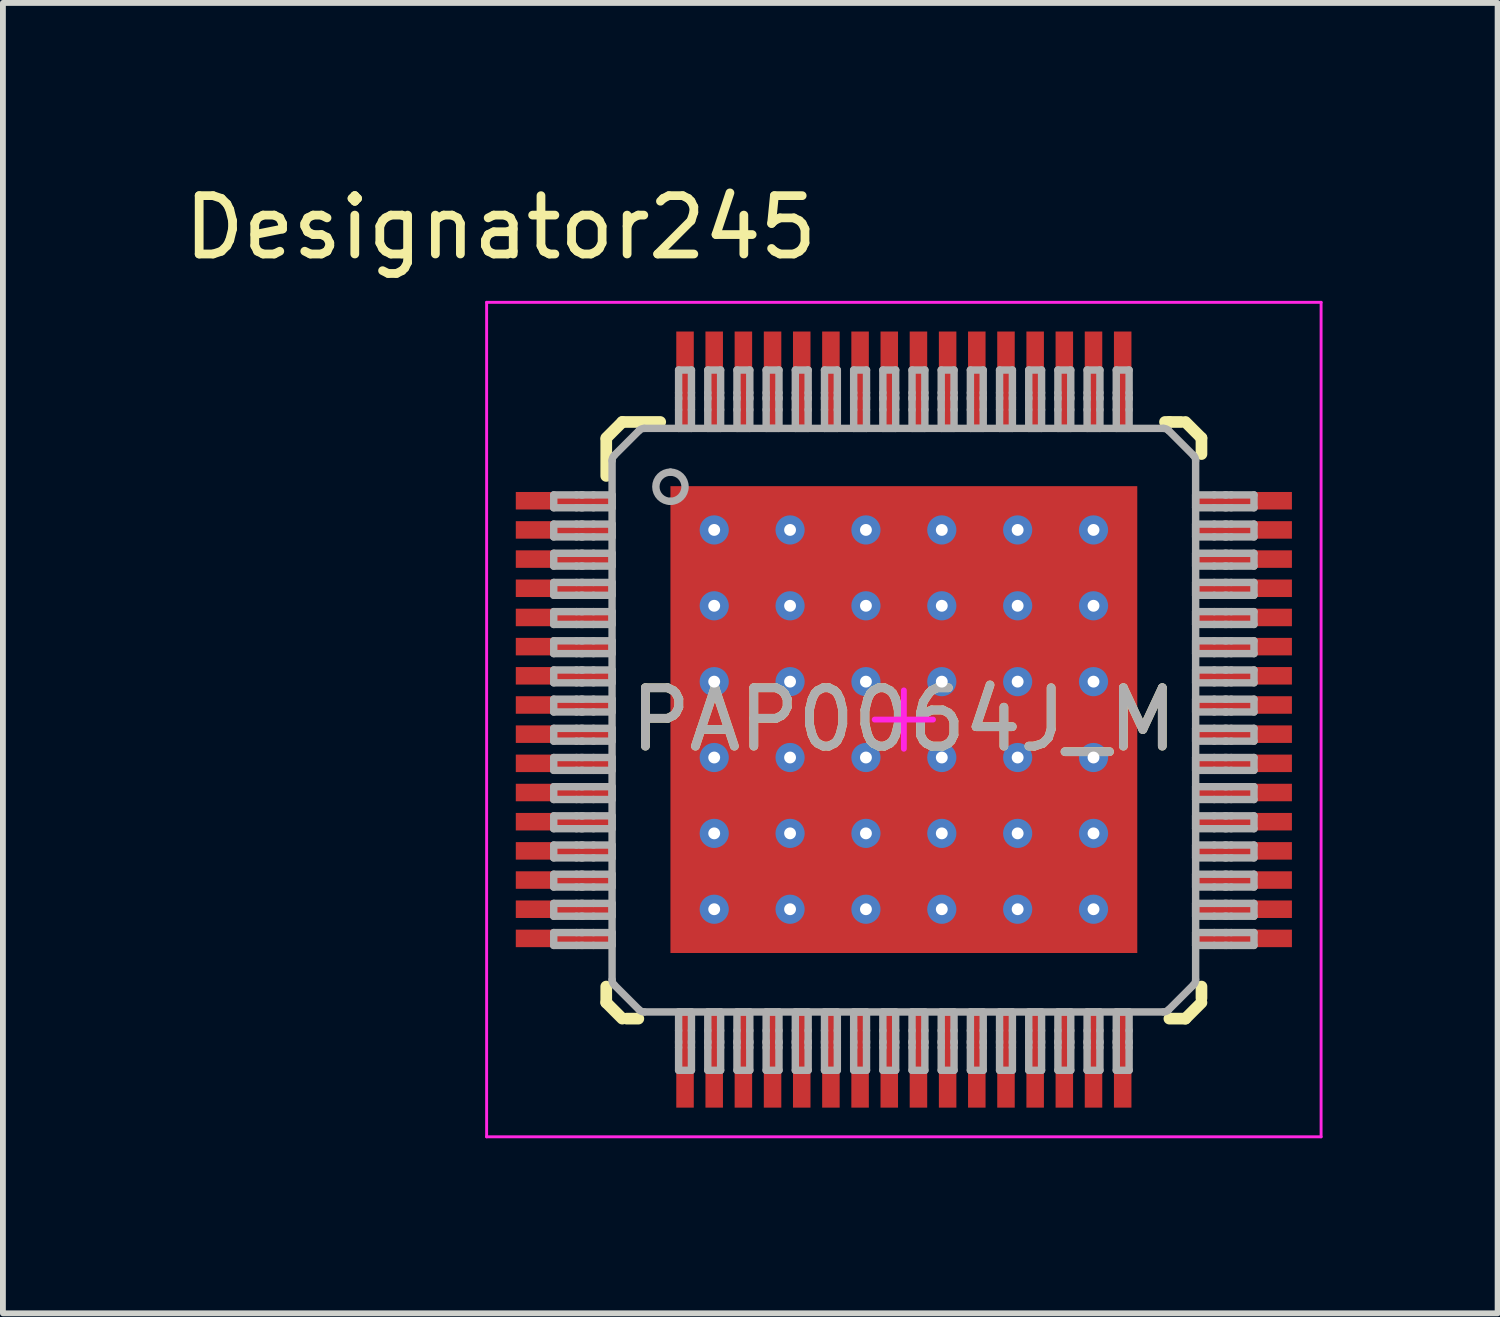
<source format=kicad_pcb>
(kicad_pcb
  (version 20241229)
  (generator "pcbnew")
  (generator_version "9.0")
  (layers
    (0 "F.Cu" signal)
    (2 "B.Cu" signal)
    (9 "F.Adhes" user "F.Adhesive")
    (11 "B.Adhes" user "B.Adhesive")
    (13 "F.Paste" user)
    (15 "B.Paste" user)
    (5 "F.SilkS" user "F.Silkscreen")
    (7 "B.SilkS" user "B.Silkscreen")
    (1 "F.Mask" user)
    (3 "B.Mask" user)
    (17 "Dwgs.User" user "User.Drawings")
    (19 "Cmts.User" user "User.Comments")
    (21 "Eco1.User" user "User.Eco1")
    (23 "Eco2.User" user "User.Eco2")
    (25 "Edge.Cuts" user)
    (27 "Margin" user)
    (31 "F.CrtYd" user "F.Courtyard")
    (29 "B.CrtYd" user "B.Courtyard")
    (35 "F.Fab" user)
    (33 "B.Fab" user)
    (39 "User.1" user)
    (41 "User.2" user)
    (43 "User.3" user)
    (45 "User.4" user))
  (footprint "PAP0064J_M"
    (layer "F.Cu")
    (at 12.439 9.281)
    (property "Reference" "PAP0064J_M" (at 0 0 0) (unlocked yes) (layer "F.SilkS") (effects (font (size 1 1) (thickness 0.15))))
    (attr smd)
    (fp_poly (pts (xy -3.5 3.595) (xy -3.5 -3.595) (xy -3.499 -3.602) (xy -3.497 -3.608) (xy -3.494 -3.614) (xy -3.49 -3.62) (xy -3.484 -3.624) (xy -3.478 -3.627) (xy -3.472 -3.629) (xy -3.465 -3.63) (xy 3.465 -3.63) (xy 3.472 -3.629) (xy 3.478 -3.627) (xy 3.484 -3.624) (xy 3.49 -3.62) (xy 3.494 -3.614) (xy 3.497 -3.608) (xy 3.499 -3.602) (xy 3.5 -3.595) (xy 3.5 3.595) (xy 3.499 3.602) (xy 3.497 3.608) (xy 3.494 3.614) (xy 3.49 3.62) (xy 3.484 3.624) (xy 3.478 3.627) (xy 3.472 3.629) (xy 3.465 3.63) (xy -3.465 3.63) (xy -3.472 3.629) (xy -3.478 3.627) (xy -3.484 3.624) (xy -3.49 3.62) (xy -3.494 3.614) (xy -3.497 3.608) (xy -3.499 3.602)) (stroke (width 0) (type solid)) (fill yes) (layer "F.Mask"))
    (fp_line (start -5.1 -4.825) (end -4.825 -5.1) (stroke (width 0.2) (type solid)) (layer "F.SilkS"))
    (fp_line (start -5.1 -4.175) (end -5.1 -4.8) (stroke (width 0.2) (type solid)) (layer "F.SilkS"))
    (fp_line (start -5.1 4.85) (end -5.1 4.575) (stroke (width 0.2) (type solid)) (layer "F.SilkS"))
    (fp_line (start -5.1 4.85) (end -4.825 5.125) (stroke (width 0.2) (type solid)) (layer "F.SilkS"))
    (fp_line (start -4.825 -5.1) (end -4.175 -5.1) (stroke (width 0.2) (type solid)) (layer "F.SilkS"))
    (fp_line (start -4.75 5.125) (end -4.55 5.125) (stroke (width 0.2) (type solid)) (layer "F.SilkS"))
    (fp_line (start 4.475 -5.1) (end 4.55 -5.1) (stroke (width 0.2) (type solid)) (layer "F.SilkS"))
    (fp_line (start 4.55 -5.1) (end 4.75 -5.1) (stroke (width 0.2) (type solid)) (layer "F.SilkS"))
    (fp_line (start 4.55 5.125) (end 4.825 5.125) (stroke (width 0.2) (type solid)) (layer "F.SilkS"))
    (fp_line (start 4.825 -5.1) (end 5.1 -4.825) (stroke (width 0.2) (type solid)) (layer "F.SilkS"))
    (fp_line (start 4.825 5.125) (end 5.1 4.85) (stroke (width 0.2) (type solid)) (layer "F.SilkS"))
    (fp_line (start 5.1 -4.55) (end 5.1 -4.825) (stroke (width 0.2) (type solid)) (layer "F.SilkS"))
    (fp_line (start 5.1 4.775) (end 5.1 4.575) (stroke (width 0.2) (type solid)) (layer "F.SilkS"))
    (fp_poly (pts (xy -3.5 3.595) (xy -3.5 -3.595) (xy -3.499 -3.602) (xy -3.497 -3.608) (xy -3.494 -3.614) (xy -3.49 -3.62) (xy -3.484 -3.624) (xy -3.478 -3.627) (xy -3.472 -3.629) (xy -3.465 -3.63) (xy 3.465 -3.63) (xy 3.472 -3.629) (xy 3.478 -3.627) (xy 3.484 -3.624) (xy 3.49 -3.62) (xy 3.494 -3.614) (xy 3.497 -3.608) (xy 3.499 -3.602) (xy 3.5 -3.595) (xy 3.5 3.595) (xy 3.499 3.602) (xy 3.497 3.608) (xy 3.494 3.614) (xy 3.49 3.62) (xy 3.484 3.624) (xy 3.478 3.627) (xy 3.472 3.629) (xy 3.465 3.63) (xy -3.465 3.63) (xy -3.472 3.629) (xy -3.478 3.627) (xy -3.484 3.624) (xy -3.49 3.62) (xy -3.494 3.614) (xy -3.497 3.608) (xy -3.499 3.602)) (stroke (width 0) (type solid)) (fill yes) (layer "F.Paste"))
    (fp_line (start -7.15 -7.15) (end 7.15 -7.15) (stroke (width 0.05) (type solid)) (layer "F.CrtYd"))
    (fp_line (start -7.15 7.15) (end -7.15 -7.15) (stroke (width 0.05) (type solid)) (layer "F.CrtYd"))
    (fp_line (start -7.15 7.15) (end 7.15 7.15) (stroke (width 0.05) (type solid)) (layer "F.CrtYd"))
    (fp_line (start -0.5 0) (end 0.5 0) (stroke (width 0.1) (type solid)) (layer "F.CrtYd"))
    (fp_line (start 0 0.5) (end 0 -0.5) (stroke (width 0.1) (type solid)) (layer "F.CrtYd"))
    (fp_line (start 7.15 7.15) (end 7.15 -7.15) (stroke (width 0.05) (type solid)) (layer "F.CrtYd"))
    (fp_line (start -6 -3.85) (end -5.61 -3.85) (stroke (width 0.127) (type solid)) (layer "F.Fab"))
    (fp_line (start -6 -3.63) (end -6 -3.85) (stroke (width 0.127) (type solid)) (layer "F.Fab"))
    (fp_line (start -6 -3.63) (end -5.61 -3.63) (stroke (width 0.127) (type solid)) (layer "F.Fab"))
    (fp_line (start -6 -3.35) (end -5.61 -3.35) (stroke (width 0.127) (type solid)) (layer "F.Fab"))
    (fp_line (start -6 -3.13) (end -6 -3.35) (stroke (width 0.127) (type solid)) (layer "F.Fab"))
    (fp_line (start -6 -3.13) (end -5.61 -3.13) (stroke (width 0.127) (type solid)) (layer "F.Fab"))
    (fp_line (start -6 -2.85) (end -5.61 -2.85) (stroke (width 0.127) (type solid)) (layer "F.Fab"))
    (fp_line (start -6 -2.63) (end -6 -2.85) (stroke (width 0.127) (type solid)) (layer "F.Fab"))
    (fp_line (start -6 -2.63) (end -5.61 -2.63) (stroke (width 0.127) (type solid)) (layer "F.Fab"))
    (fp_line (start -6 -2.35) (end -5.61 -2.35) (stroke (width 0.127) (type solid)) (layer "F.Fab"))
    (fp_line (start -6 -2.13) (end -6 -2.35) (stroke (width 0.127) (type solid)) (layer "F.Fab"))
    (fp_line (start -6 -2.13) (end -5.61 -2.13) (stroke (width 0.127) (type solid)) (layer "F.Fab"))
    (fp_line (start -6 -1.85) (end -5.61 -1.85) (stroke (width 0.127) (type solid)) (layer "F.Fab"))
    (fp_line (start -6 -1.63) (end -6 -1.85) (stroke (width 0.127) (type solid)) (layer "F.Fab"))
    (fp_line (start -6 -1.63) (end -5.61 -1.63) (stroke (width 0.127) (type solid)) (layer "F.Fab"))
    (fp_line (start -6 -1.35) (end -5.61 -1.35) (stroke (width 0.127) (type solid)) (layer "F.Fab"))
    (fp_line (start -6 -1.13) (end -6 -1.35) (stroke (width 0.127) (type solid)) (layer "F.Fab"))
    (fp_line (start -6 -1.13) (end -5.61 -1.13) (stroke (width 0.127) (type solid)) (layer "F.Fab"))
    (fp_line (start -6 -0.85) (end -5.61 -0.85) (stroke (width 0.127) (type solid)) (layer "F.Fab"))
    (fp_line (start -6 -0.63) (end -6 -0.85) (stroke (width 0.127) (type solid)) (layer "F.Fab"))
    (fp_line (start -6 -0.63) (end -5.61 -0.63) (stroke (width 0.127) (type solid)) (layer "F.Fab"))
    (fp_line (start -6 -0.35) (end -5.61 -0.35) (stroke (width 0.127) (type solid)) (layer "F.Fab"))
    (fp_line (start -6 -0.13) (end -6 -0.35) (stroke (width 0.127) (type solid)) (layer "F.Fab"))
    (fp_line (start -6 -0.13) (end -5.61 -0.13) (stroke (width 0.127) (type solid)) (layer "F.Fab"))
    (fp_line (start -6 0.15) (end -5.61 0.15) (stroke (width 0.127) (type solid)) (layer "F.Fab"))
    (fp_line (start -6 0.37) (end -6 0.15) (stroke (width 0.127) (type solid)) (layer "F.Fab"))
    (fp_line (start -6 0.37) (end -5.61 0.37) (stroke (width 0.127) (type solid)) (layer "F.Fab"))
    (fp_line (start -6 0.65) (end -5.61 0.65) (stroke (width 0.127) (type solid)) (layer "F.Fab"))
    (fp_line (start -6 0.87) (end -6 0.65) (stroke (width 0.127) (type solid)) (layer "F.Fab"))
    (fp_line (start -6 0.87) (end -5.61 0.87) (stroke (width 0.127) (type solid)) (layer "F.Fab"))
    (fp_line (start -6 1.15) (end -5.61 1.15) (stroke (width 0.127) (type solid)) (layer "F.Fab"))
    (fp_line (start -6 1.37) (end -6 1.15) (stroke (width 0.127) (type solid)) (layer "F.Fab"))
    (fp_line (start -6 1.37) (end -5.61 1.37) (stroke (width 0.127) (type solid)) (layer "F.Fab"))
    (fp_line (start -6 1.65) (end -5.61 1.65) (stroke (width 0.127) (type solid)) (layer "F.Fab"))
    (fp_line (start -6 1.87) (end -6 1.65) (stroke (width 0.127) (type solid)) (layer "F.Fab"))
    (fp_line (start -6 1.87) (end -5.61 1.87) (stroke (width 0.127) (type solid)) (layer "F.Fab"))
    (fp_line (start -6 2.15) (end -5.61 2.15) (stroke (width 0.127) (type solid)) (layer "F.Fab"))
    (fp_line (start -6 2.37) (end -6 2.15) (stroke (width 0.127) (type solid)) (layer "F.Fab"))
    (fp_line (start -6 2.37) (end -5.61 2.37) (stroke (width 0.127) (type solid)) (layer "F.Fab"))
    (fp_line (start -6 2.65) (end -5.61 2.65) (stroke (width 0.127) (type solid)) (layer "F.Fab"))
    (fp_line (start -6 2.87) (end -6 2.65) (stroke (width 0.127) (type solid)) (layer "F.Fab"))
    (fp_line (start -6 2.87) (end -5.61 2.87) (stroke (width 0.127) (type solid)) (layer "F.Fab"))
    (fp_line (start -6 3.15) (end -5.61 3.15) (stroke (width 0.127) (type solid)) (layer "F.Fab"))
    (fp_line (start -6 3.37) (end -6 3.15) (stroke (width 0.127) (type solid)) (layer "F.Fab"))
    (fp_line (start -6 3.37) (end -5.61 3.37) (stroke (width 0.127) (type solid)) (layer "F.Fab"))
    (fp_line (start -6 3.65) (end -5.61 3.65) (stroke (width 0.127) (type solid)) (layer "F.Fab"))
    (fp_line (start -6 3.87) (end -6 3.65) (stroke (width 0.127) (type solid)) (layer "F.Fab"))
    (fp_line (start -6 3.87) (end -5.61 3.87) (stroke (width 0.127) (type solid)) (layer "F.Fab"))
    (fp_line (start -5.61 -3.85) (end -5.53 -3.85) (stroke (width 0.127) (type solid)) (layer "F.Fab"))
    (fp_line (start -5.61 -3.63) (end -5.53 -3.63) (stroke (width 0.127) (type solid)) (layer "F.Fab"))
    (fp_line (start -5.61 -3.35) (end -5.53 -3.35) (stroke (width 0.127) (type solid)) (layer "F.Fab"))
    (fp_line (start -5.61 -3.13) (end -5.53 -3.13) (stroke (width 0.127) (type solid)) (layer "F.Fab"))
    (fp_line (start -5.61 -2.85) (end -5.53 -2.85) (stroke (width 0.127) (type solid)) (layer "F.Fab"))
    (fp_line (start -5.61 -2.63) (end -5.53 -2.63) (stroke (width 0.127) (type solid)) (layer "F.Fab"))
    (fp_line (start -5.61 -2.35) (end -5.53 -2.35) (stroke (width 0.127) (type solid)) (layer "F.Fab"))
    (fp_line (start -5.61 -2.13) (end -5.53 -2.13) (stroke (width 0.127) (type solid)) (layer "F.Fab"))
    (fp_line (start -5.61 -1.85) (end -5.53 -1.85) (stroke (width 0.127) (type solid)) (layer "F.Fab"))
    (fp_line (start -5.61 -1.63) (end -5.53 -1.63) (stroke (width 0.127) (type solid)) (layer "F.Fab"))
    (fp_line (start -5.61 -1.35) (end -5.53 -1.35) (stroke (width 0.127) (type solid)) (layer "F.Fab"))
    (fp_line (start -5.61 -1.13) (end -5.53 -1.13) (stroke (width 0.127) (type solid)) (layer "F.Fab"))
    (fp_line (start -5.61 -0.85) (end -5.53 -0.85) (stroke (width 0.127) (type solid)) (layer "F.Fab"))
    (fp_line (start -5.61 -0.63) (end -5.53 -0.63) (stroke (width 0.127) (type solid)) (layer "F.Fab"))
    (fp_line (start -5.61 -0.35) (end -5.53 -0.35) (stroke (width 0.127) (type solid)) (layer "F.Fab"))
    (fp_line (start -5.61 -0.13) (end -5.53 -0.13) (stroke (width 0.127) (type solid)) (layer "F.Fab"))
    (fp_line (start -5.61 0.15) (end -5.53 0.15) (stroke (width 0.127) (type solid)) (layer "F.Fab"))
    (fp_line (start -5.61 0.37) (end -5.53 0.37) (stroke (width 0.127) (type solid)) (layer "F.Fab"))
    (fp_line (start -5.61 0.65) (end -5.53 0.65) (stroke (width 0.127) (type solid)) (layer "F.Fab"))
    (fp_line (start -5.61 0.87) (end -5.53 0.87) (stroke (width 0.127) (type solid)) (layer "F.Fab"))
    (fp_line (start -5.61 1.15) (end -5.53 1.15) (stroke (width 0.127) (type solid)) (layer "F.Fab"))
    (fp_line (start -5.61 1.37) (end -5.53 1.37) (stroke (width 0.127) (type solid)) (layer "F.Fab"))
    (fp_line (start -5.61 1.65) (end -5.53 1.65) (stroke (width 0.127) (type solid)) (layer "F.Fab"))
    (fp_line (start -5.61 1.87) (end -5.53 1.87) (stroke (width 0.127) (type solid)) (layer "F.Fab"))
    (fp_line (start -5.61 2.15) (end -5.53 2.15) (stroke (width 0.127) (type solid)) (layer "F.Fab"))
    (fp_line (start -5.61 2.37) (end -5.53 2.37) (stroke (width 0.127) (type solid)) (layer "F.Fab"))
    (fp_line (start -5.61 2.65) (end -5.53 2.65) (stroke (width 0.127) (type solid)) (layer "F.Fab"))
    (fp_line (start -5.61 2.87) (end -5.53 2.87) (stroke (width 0.127) (type solid)) (layer "F.Fab"))
    (fp_line (start -5.61 3.15) (end -5.53 3.15) (stroke (width 0.127) (type solid)) (layer "F.Fab"))
    (fp_line (start -5.61 3.37) (end -5.53 3.37) (stroke (width 0.127) (type solid)) (layer "F.Fab"))
    (fp_line (start -5.61 3.65) (end -5.53 3.65) (stroke (width 0.127) (type solid)) (layer "F.Fab"))
    (fp_line (start -5.61 3.87) (end -5.53 3.87) (stroke (width 0.127) (type solid)) (layer "F.Fab"))
    (fp_line (start -5.53 -3.85) (end -5.503 -3.85) (stroke (width 0.127) (type solid)) (layer "F.Fab"))
    (fp_line (start -5.53 -3.63) (end -5.503 -3.63) (stroke (width 0.127) (type solid)) (layer "F.Fab"))
    (fp_line (start -5.53 -3.35) (end -5.503 -3.35) (stroke (width 0.127) (type solid)) (layer "F.Fab"))
    (fp_line (start -5.53 -3.13) (end -5.503 -3.13) (stroke (width 0.127) (type solid)) (layer "F.Fab"))
    (fp_line (start -5.53 -2.85) (end -5.503 -2.85) (stroke (width 0.127) (type solid)) (layer "F.Fab"))
    (fp_line (start -5.53 -2.63) (end -5.503 -2.63) (stroke (width 0.127) (type solid)) (layer "F.Fab"))
    (fp_line (start -5.53 -2.35) (end -5.503 -2.35) (stroke (width 0.127) (type solid)) (layer "F.Fab"))
    (fp_line (start -5.53 -2.13) (end -5.503 -2.13) (stroke (width 0.127) (type solid)) (layer "F.Fab"))
    (fp_line (start -5.53 -1.85) (end -5.503 -1.85) (stroke (width 0.127) (type solid)) (layer "F.Fab"))
    (fp_line (start -5.53 -1.63) (end -5.503 -1.63) (stroke (width 0.127) (type solid)) (layer "F.Fab"))
    (fp_line (start -5.53 -1.35) (end -5.503 -1.35) (stroke (width 0.127) (type solid)) (layer "F.Fab"))
    (fp_line (start -5.53 -1.13) (end -5.503 -1.13) (stroke (width 0.127) (type solid)) (layer "F.Fab"))
    (fp_line (start -5.53 -0.85) (end -5.503 -0.85) (stroke (width 0.127) (type solid)) (layer "F.Fab"))
    (fp_line (start -5.53 -0.63) (end -5.503 -0.63) (stroke (width 0.127) (type solid)) (layer "F.Fab"))
    (fp_line (start -5.53 -0.35) (end -5.503 -0.35) (stroke (width 0.127) (type solid)) (layer "F.Fab"))
    (fp_line (start -5.53 -0.13) (end -5.503 -0.13) (stroke (width 0.127) (type solid)) (layer "F.Fab"))
    (fp_line (start -5.53 0.15) (end -5.503 0.15) (stroke (width 0.127) (type solid)) (layer "F.Fab"))
    (fp_line (start -5.53 0.37) (end -5.503 0.37) (stroke (width 0.127) (type solid)) (layer "F.Fab"))
    (fp_line (start -5.53 0.65) (end -5.503 0.65) (stroke (width 0.127) (type solid)) (layer "F.Fab"))
    (fp_line (start -5.53 0.87) (end -5.503 0.87) (stroke (width 0.127) (type solid)) (layer "F.Fab"))
    (fp_line (start -5.53 1.15) (end -5.503 1.15) (stroke (width 0.127) (type solid)) (layer "F.Fab"))
    (fp_line (start -5.53 1.37) (end -5.503 1.37) (stroke (width 0.127) (type solid)) (layer "F.Fab"))
    (fp_line (start -5.53 1.65) (end -5.503 1.65) (stroke (width 0.127) (type solid)) (layer "F.Fab"))
    (fp_line (start -5.53 1.87) (end -5.503 1.87) (stroke (width 0.127) (type solid)) (layer "F.Fab"))
    (fp_line (start -5.53 2.15) (end -5.503 2.15) (stroke (width 0.127) (type solid)) (layer "F.Fab"))
    (fp_line (start -5.53 2.37) (end -5.503 2.37) (stroke (width 0.127) (type solid)) (layer "F.Fab"))
    (fp_line (start -5.53 2.65) (end -5.503 2.65) (stroke (width 0.127) (type solid)) (layer "F.Fab"))
    (fp_line (start -5.53 2.87) (end -5.503 2.87) (stroke (width 0.127) (type solid)) (layer "F.Fab"))
    (fp_line (start -5.53 3.15) (end -5.503 3.15) (stroke (width 0.127) (type solid)) (layer "F.Fab"))
    (fp_line (start -5.53 3.37) (end -5.503 3.37) (stroke (width 0.127) (type solid)) (layer "F.Fab"))
    (fp_line (start -5.53 3.65) (end -5.503 3.65) (stroke (width 0.127) (type solid)) (layer "F.Fab"))
    (fp_line (start -5.53 3.87) (end -5.503 3.87) (stroke (width 0.127) (type solid)) (layer "F.Fab"))
    (fp_line (start -5.503 -3.85) (end -5.319 -3.85) (stroke (width 0.127) (type solid)) (layer "F.Fab"))
    (fp_line (start -5.503 -3.63) (end -5.319 -3.63) (stroke (width 0.127) (type solid)) (layer "F.Fab"))
    (fp_line (start -5.503 -3.35) (end -5.319 -3.35) (stroke (width 0.127) (type solid)) (layer "F.Fab"))
    (fp_line (start -5.503 -3.13) (end -5.319 -3.13) (stroke (width 0.127) (type solid)) (layer "F.Fab"))
    (fp_line (start -5.503 -2.85) (end -5.319 -2.85) (stroke (width 0.127) (type solid)) (layer "F.Fab"))
    (fp_line (start -5.503 -2.63) (end -5.319 -2.63) (stroke (width 0.127) (type solid)) (layer "F.Fab"))
    (fp_line (start -5.503 -2.35) (end -5.319 -2.35) (stroke (width 0.127) (type solid)) (layer "F.Fab"))
    (fp_line (start -5.503 -2.13) (end -5.319 -2.13) (stroke (width 0.127) (type solid)) (layer "F.Fab"))
    (fp_line (start -5.503 -1.85) (end -5.319 -1.85) (stroke (width 0.127) (type solid)) (layer "F.Fab"))
    (fp_line (start -5.503 -1.63) (end -5.319 -1.63) (stroke (width 0.127) (type solid)) (layer "F.Fab"))
    (fp_line (start -5.503 -1.35) (end -5.319 -1.35) (stroke (width 0.127) (type solid)) (layer "F.Fab"))
    (fp_line (start -5.503 -1.13) (end -5.319 -1.13) (stroke (width 0.127) (type solid)) (layer "F.Fab"))
    (fp_line (start -5.503 -0.85) (end -5.319 -0.85) (stroke (width 0.127) (type solid)) (layer "F.Fab"))
    (fp_line (start -5.503 -0.63) (end -5.319 -0.63) (stroke (width 0.127) (type solid)) (layer "F.Fab"))
    (fp_line (start -5.503 -0.35) (end -5.319 -0.35) (stroke (width 0.127) (type solid)) (layer "F.Fab"))
    (fp_line (start -5.503 -0.13) (end -5.319 -0.13) (stroke (width 0.127) (type solid)) (layer "F.Fab"))
    (fp_line (start -5.503 0.15) (end -5.319 0.15) (stroke (width 0.127) (type solid)) (layer "F.Fab"))
    (fp_line (start -5.503 0.37) (end -5.319 0.37) (stroke (width 0.127) (type solid)) (layer "F.Fab"))
    (fp_line (start -5.503 0.65) (end -5.319 0.65) (stroke (width 0.127) (type solid)) (layer "F.Fab"))
    (fp_line (start -5.503 0.87) (end -5.319 0.87) (stroke (width 0.127) (type solid)) (layer "F.Fab"))
    (fp_line (start -5.503 1.15) (end -5.319 1.15) (stroke (width 0.127) (type solid)) (layer "F.Fab"))
    (fp_line (start -5.503 1.37) (end -5.319 1.37) (stroke (width 0.127) (type solid)) (layer "F.Fab"))
    (fp_line (start -5.503 1.65) (end -5.319 1.65) (stroke (width 0.127) (type solid)) (layer "F.Fab"))
    (fp_line (start -5.503 1.87) (end -5.319 1.87) (stroke (width 0.127) (type solid)) (layer "F.Fab"))
    (fp_line (start -5.503 2.15) (end -5.319 2.15) (stroke (width 0.127) (type solid)) (layer "F.Fab"))
    (fp_line (start -5.503 2.37) (end -5.319 2.37) (stroke (width 0.127) (type solid)) (layer "F.Fab"))
    (fp_line (start -5.503 2.65) (end -5.319 2.65) (stroke (width 0.127) (type solid)) (layer "F.Fab"))
    (fp_line (start -5.503 2.87) (end -5.319 2.87) (stroke (width 0.127) (type solid)) (layer "F.Fab"))
    (fp_line (start -5.503 3.15) (end -5.319 3.15) (stroke (width 0.127) (type solid)) (layer "F.Fab"))
    (fp_line (start -5.503 3.37) (end -5.319 3.37) (stroke (width 0.127) (type solid)) (layer "F.Fab"))
    (fp_line (start -5.503 3.65) (end -5.319 3.65) (stroke (width 0.127) (type solid)) (layer "F.Fab"))
    (fp_line (start -5.503 3.87) (end -5.319 3.87) (stroke (width 0.127) (type solid)) (layer "F.Fab"))
    (fp_line (start -5.319 -3.85) (end -5 -3.85) (stroke (width 0.127) (type solid)) (layer "F.Fab"))
    (fp_line (start -5.319 -3.63) (end -5 -3.63) (stroke (width 0.127) (type solid)) (layer "F.Fab"))
    (fp_line (start -5.319 -3.35) (end -5 -3.35) (stroke (width 0.127) (type solid)) (layer "F.Fab"))
    (fp_line (start -5.319 -3.13) (end -5 -3.13) (stroke (width 0.127) (type solid)) (layer "F.Fab"))
    (fp_line (start -5.319 -2.85) (end -5 -2.85) (stroke (width 0.127) (type solid)) (layer "F.Fab"))
    (fp_line (start -5.319 -2.63) (end -5 -2.63) (stroke (width 0.127) (type solid)) (layer "F.Fab"))
    (fp_line (start -5.319 -2.35) (end -5 -2.35) (stroke (width 0.127) (type solid)) (layer "F.Fab"))
    (fp_line (start -5.319 -2.13) (end -5 -2.13) (stroke (width 0.127) (type solid)) (layer "F.Fab"))
    (fp_line (start -5.319 -1.85) (end -5 -1.85) (stroke (width 0.127) (type solid)) (layer "F.Fab"))
    (fp_line (start -5.319 -1.63) (end -5 -1.63) (stroke (width 0.127) (type solid)) (layer "F.Fab"))
    (fp_line (start -5.319 -1.35) (end -5 -1.35) (stroke (width 0.127) (type solid)) (layer "F.Fab"))
    (fp_line (start -5.319 -1.13) (end -5 -1.13) (stroke (width 0.127) (type solid)) (layer "F.Fab"))
    (fp_line (start -5.319 -0.85) (end -5 -0.85) (stroke (width 0.127) (type solid)) (layer "F.Fab"))
    (fp_line (start -5.319 -0.63) (end -5 -0.63) (stroke (width 0.127) (type solid)) (layer "F.Fab"))
    (fp_line (start -5.319 -0.35) (end -5 -0.35) (stroke (width 0.127) (type solid)) (layer "F.Fab"))
    (fp_line (start -5.319 -0.13) (end -5 -0.13) (stroke (width 0.127) (type solid)) (layer "F.Fab"))
    (fp_line (start -5.319 0.15) (end -5 0.15) (stroke (width 0.127) (type solid)) (layer "F.Fab"))
    (fp_line (start -5.319 0.37) (end -5 0.37) (stroke (width 0.127) (type solid)) (layer "F.Fab"))
    (fp_line (start -5.319 0.65) (end -5 0.65) (stroke (width 0.127) (type solid)) (layer "F.Fab"))
    (fp_line (start -5.319 0.87) (end -5 0.87) (stroke (width 0.127) (type solid)) (layer "F.Fab"))
    (fp_line (start -5.319 1.15) (end -5 1.15) (stroke (width 0.127) (type solid)) (layer "F.Fab"))
    (fp_line (start -5.319 1.37) (end -5 1.37) (stroke (width 0.127) (type solid)) (layer "F.Fab"))
    (fp_line (start -5.319 1.65) (end -5 1.65) (stroke (width 0.127) (type solid)) (layer "F.Fab"))
    (fp_line (start -5.319 1.87) (end -5 1.87) (stroke (width 0.127) (type solid)) (layer "F.Fab"))
    (fp_line (start -5.319 2.15) (end -5 2.15) (stroke (width 0.127) (type solid)) (layer "F.Fab"))
    (fp_line (start -5.319 2.37) (end -5 2.37) (stroke (width 0.127) (type solid)) (layer "F.Fab"))
    (fp_line (start -5.319 2.65) (end -5 2.65) (stroke (width 0.127) (type solid)) (layer "F.Fab"))
    (fp_line (start -5.319 2.87) (end -5 2.87) (stroke (width 0.127) (type solid)) (layer "F.Fab"))
    (fp_line (start -5.319 3.15) (end -5 3.15) (stroke (width 0.127) (type solid)) (layer "F.Fab"))
    (fp_line (start -5.319 3.37) (end -5 3.37) (stroke (width 0.127) (type solid)) (layer "F.Fab"))
    (fp_line (start -5.319 3.65) (end -5 3.65) (stroke (width 0.127) (type solid)) (layer "F.Fab"))
    (fp_line (start -5.319 3.87) (end -5 3.87) (stroke (width 0.127) (type solid)) (layer "F.Fab"))
    (fp_line (start -5 -3.63) (end -5 -3.85) (stroke (width 0.127) (type solid)) (layer "F.Fab"))
    (fp_line (start -5 -3.13) (end -5 -3.35) (stroke (width 0.127) (type solid)) (layer "F.Fab"))
    (fp_line (start -5 -2.63) (end -5 -2.85) (stroke (width 0.127) (type solid)) (layer "F.Fab"))
    (fp_line (start -5 -2.13) (end -5 -2.35) (stroke (width 0.127) (type solid)) (layer "F.Fab"))
    (fp_line (start -5 -1.63) (end -5 -1.85) (stroke (width 0.127) (type solid)) (layer "F.Fab"))
    (fp_line (start -5 -1.13) (end -5 -1.35) (stroke (width 0.127) (type solid)) (layer "F.Fab"))
    (fp_line (start -5 -0.63) (end -5 -0.85) (stroke (width 0.127) (type solid)) (layer "F.Fab"))
    (fp_line (start -5 -0.13) (end -5 -0.35) (stroke (width 0.127) (type solid)) (layer "F.Fab"))
    (fp_line (start -5 0.37) (end -5 0.15) (stroke (width 0.127) (type solid)) (layer "F.Fab"))
    (fp_line (start -5 0.87) (end -5 0.65) (stroke (width 0.127) (type solid)) (layer "F.Fab"))
    (fp_line (start -5 1.37) (end -5 1.15) (stroke (width 0.127) (type solid)) (layer "F.Fab"))
    (fp_line (start -5 1.87) (end -5 1.65) (stroke (width 0.127) (type solid)) (layer "F.Fab"))
    (fp_line (start -5 2.37) (end -5 2.15) (stroke (width 0.127) (type solid)) (layer "F.Fab"))
    (fp_line (start -5 2.87) (end -5 2.65) (stroke (width 0.127) (type solid)) (layer "F.Fab"))
    (fp_line (start -5 3.37) (end -5 3.15) (stroke (width 0.127) (type solid)) (layer "F.Fab"))
    (fp_line (start -5 3.87) (end -5 3.65) (stroke (width 0.127) (type solid)) (layer "F.Fab"))
    (fp_line (start -5 4.458) (end -5 -4.438) (stroke (width 0.127) (type solid)) (layer "F.Fab"))
    (fp_line (start -4.963 -4.527) (end -4.537 -4.953) (stroke (width 0.127) (type solid)) (layer "F.Fab"))
    (fp_line (start -4.963 4.547) (end -4.537 4.973) (stroke (width 0.127) (type solid)) (layer "F.Fab"))
    (fp_line (start -4.448 -4.99) (end 4.448 -4.99) (stroke (width 0.127) (type solid)) (layer "F.Fab"))
    (fp_line (start -4.448 5.01) (end 4.448 5.01) (stroke (width 0.127) (type solid)) (layer "F.Fab"))
    (fp_line (start -3.86 -5.99) (end -3.64 -5.99) (stroke (width 0.127) (type solid)) (layer "F.Fab"))
    (fp_line (start -3.86 -5.6) (end -3.86 -5.99) (stroke (width 0.127) (type solid)) (layer "F.Fab"))
    (fp_line (start -3.86 -5.52) (end -3.86 -5.6) (stroke (width 0.127) (type solid)) (layer "F.Fab"))
    (fp_line (start -3.86 -5.493) (end -3.86 -5.52) (stroke (width 0.127) (type solid)) (layer "F.Fab"))
    (fp_line (start -3.86 -5.309) (end -3.86 -5.493) (stroke (width 0.127) (type solid)) (layer "F.Fab"))
    (fp_line (start -3.86 -4.99) (end -3.86 -5.309) (stroke (width 0.127) (type solid)) (layer "F.Fab"))
    (fp_line (start -3.86 -4.99) (end -3.64 -4.99) (stroke (width 0.127) (type solid)) (layer "F.Fab"))
    (fp_line (start -3.86 5.01) (end -3.64 5.01) (stroke (width 0.127) (type solid)) (layer "F.Fab"))
    (fp_line (start -3.86 5.329) (end -3.86 5.01) (stroke (width 0.127) (type solid)) (layer "F.Fab"))
    (fp_line (start -3.86 5.513) (end -3.86 5.329) (stroke (width 0.127) (type solid)) (layer "F.Fab"))
    (fp_line (start -3.86 5.54) (end -3.86 5.513) (stroke (width 0.127) (type solid)) (layer "F.Fab"))
    (fp_line (start -3.86 5.62) (end -3.86 5.54) (stroke (width 0.127) (type solid)) (layer "F.Fab"))
    (fp_line (start -3.86 6.01) (end -3.86 5.62) (stroke (width 0.127) (type solid)) (layer "F.Fab"))
    (fp_line (start -3.86 6.01) (end -3.64 6.01) (stroke (width 0.127) (type solid)) (layer "F.Fab"))
    (fp_line (start -3.64 -5.6) (end -3.64 -5.99) (stroke (width 0.127) (type solid)) (layer "F.Fab"))
    (fp_line (start -3.64 -5.52) (end -3.64 -5.6) (stroke (width 0.127) (type solid)) (layer "F.Fab"))
    (fp_line (start -3.64 -5.493) (end -3.64 -5.52) (stroke (width 0.127) (type solid)) (layer "F.Fab"))
    (fp_line (start -3.64 -5.309) (end -3.64 -5.493) (stroke (width 0.127) (type solid)) (layer "F.Fab"))
    (fp_line (start -3.64 -4.99) (end -3.64 -5.309) (stroke (width 0.127) (type solid)) (layer "F.Fab"))
    (fp_line (start -3.64 5.329) (end -3.64 5.01) (stroke (width 0.127) (type solid)) (layer "F.Fab"))
    (fp_line (start -3.64 5.513) (end -3.64 5.329) (stroke (width 0.127) (type solid)) (layer "F.Fab"))
    (fp_line (start -3.64 5.54) (end -3.64 5.513) (stroke (width 0.127) (type solid)) (layer "F.Fab"))
    (fp_line (start -3.64 5.62) (end -3.64 5.54) (stroke (width 0.127) (type solid)) (layer "F.Fab"))
    (fp_line (start -3.64 6.01) (end -3.64 5.62) (stroke (width 0.127) (type solid)) (layer "F.Fab"))
    (fp_line (start -3.36 -5.99) (end -3.14 -5.99) (stroke (width 0.127) (type solid)) (layer "F.Fab"))
    (fp_line (start -3.36 -5.6) (end -3.36 -5.99) (stroke (width 0.127) (type solid)) (layer "F.Fab"))
    (fp_line (start -3.36 -5.52) (end -3.36 -5.6) (stroke (width 0.127) (type solid)) (layer "F.Fab"))
    (fp_line (start -3.36 -5.493) (end -3.36 -5.52) (stroke (width 0.127) (type solid)) (layer "F.Fab"))
    (fp_line (start -3.36 -5.309) (end -3.36 -5.493) (stroke (width 0.127) (type solid)) (layer "F.Fab"))
    (fp_line (start -3.36 -4.99) (end -3.36 -5.309) (stroke (width 0.127) (type solid)) (layer "F.Fab"))
    (fp_line (start -3.36 -4.99) (end -3.14 -4.99) (stroke (width 0.127) (type solid)) (layer "F.Fab"))
    (fp_line (start -3.36 5.01) (end -3.14 5.01) (stroke (width 0.127) (type solid)) (layer "F.Fab"))
    (fp_line (start -3.36 5.329) (end -3.36 5.01) (stroke (width 0.127) (type solid)) (layer "F.Fab"))
    (fp_line (start -3.36 5.513) (end -3.36 5.329) (stroke (width 0.127) (type solid)) (layer "F.Fab"))
    (fp_line (start -3.36 5.54) (end -3.36 5.513) (stroke (width 0.127) (type solid)) (layer "F.Fab"))
    (fp_line (start -3.36 5.62) (end -3.36 5.54) (stroke (width 0.127) (type solid)) (layer "F.Fab"))
    (fp_line (start -3.36 6.01) (end -3.36 5.62) (stroke (width 0.127) (type solid)) (layer "F.Fab"))
    (fp_line (start -3.36 6.01) (end -3.14 6.01) (stroke (width 0.127) (type solid)) (layer "F.Fab"))
    (fp_line (start -3.14 -5.6) (end -3.14 -5.99) (stroke (width 0.127) (type solid)) (layer "F.Fab"))
    (fp_line (start -3.14 -5.52) (end -3.14 -5.6) (stroke (width 0.127) (type solid)) (layer "F.Fab"))
    (fp_line (start -3.14 -5.493) (end -3.14 -5.52) (stroke (width 0.127) (type solid)) (layer "F.Fab"))
    (fp_line (start -3.14 -5.309) (end -3.14 -5.493) (stroke (width 0.127) (type solid)) (layer "F.Fab"))
    (fp_line (start -3.14 -4.99) (end -3.14 -5.309) (stroke (width 0.127) (type solid)) (layer "F.Fab"))
    (fp_line (start -3.14 5.329) (end -3.14 5.01) (stroke (width 0.127) (type solid)) (layer "F.Fab"))
    (fp_line (start -3.14 5.513) (end -3.14 5.329) (stroke (width 0.127) (type solid)) (layer "F.Fab"))
    (fp_line (start -3.14 5.54) (end -3.14 5.513) (stroke (width 0.127) (type solid)) (layer "F.Fab"))
    (fp_line (start -3.14 5.62) (end -3.14 5.54) (stroke (width 0.127) (type solid)) (layer "F.Fab"))
    (fp_line (start -3.14 6.01) (end -3.14 5.62) (stroke (width 0.127) (type solid)) (layer "F.Fab"))
    (fp_line (start -2.86 -5.99) (end -2.64 -5.99) (stroke (width 0.127) (type solid)) (layer "F.Fab"))
    (fp_line (start -2.86 -5.6) (end -2.86 -5.99) (stroke (width 0.127) (type solid)) (layer "F.Fab"))
    (fp_line (start -2.86 -5.52) (end -2.86 -5.6) (stroke (width 0.127) (type solid)) (layer "F.Fab"))
    (fp_line (start -2.86 -5.493) (end -2.86 -5.52) (stroke (width 0.127) (type solid)) (layer "F.Fab"))
    (fp_line (start -2.86 -5.309) (end -2.86 -5.493) (stroke (width 0.127) (type solid)) (layer "F.Fab"))
    (fp_line (start -2.86 -4.99) (end -2.86 -5.309) (stroke (width 0.127) (type solid)) (layer "F.Fab"))
    (fp_line (start -2.86 -4.99) (end -2.64 -4.99) (stroke (width 0.127) (type solid)) (layer "F.Fab"))
    (fp_line (start -2.86 5.01) (end -2.64 5.01) (stroke (width 0.127) (type solid)) (layer "F.Fab"))
    (fp_line (start -2.86 5.329) (end -2.86 5.01) (stroke (width 0.127) (type solid)) (layer "F.Fab"))
    (fp_line (start -2.86 5.513) (end -2.86 5.329) (stroke (width 0.127) (type solid)) (layer "F.Fab"))
    (fp_line (start -2.86 5.54) (end -2.86 5.513) (stroke (width 0.127) (type solid)) (layer "F.Fab"))
    (fp_line (start -2.86 5.62) (end -2.86 5.54) (stroke (width 0.127) (type solid)) (layer "F.Fab"))
    (fp_line (start -2.86 6.01) (end -2.86 5.62) (stroke (width 0.127) (type solid)) (layer "F.Fab"))
    (fp_line (start -2.86 6.01) (end -2.64 6.01) (stroke (width 0.127) (type solid)) (layer "F.Fab"))
    (fp_line (start -2.64 -5.6) (end -2.64 -5.99) (stroke (width 0.127) (type solid)) (layer "F.Fab"))
    (fp_line (start -2.64 -5.52) (end -2.64 -5.6) (stroke (width 0.127) (type solid)) (layer "F.Fab"))
    (fp_line (start -2.64 -5.493) (end -2.64 -5.52) (stroke (width 0.127) (type solid)) (layer "F.Fab"))
    (fp_line (start -2.64 -5.309) (end -2.64 -5.493) (stroke (width 0.127) (type solid)) (layer "F.Fab"))
    (fp_line (start -2.64 -4.99) (end -2.64 -5.309) (stroke (width 0.127) (type solid)) (layer "F.Fab"))
    (fp_line (start -2.64 5.329) (end -2.64 5.01) (stroke (width 0.127) (type solid)) (layer "F.Fab"))
    (fp_line (start -2.64 5.513) (end -2.64 5.329) (stroke (width 0.127) (type solid)) (layer "F.Fab"))
    (fp_line (start -2.64 5.54) (end -2.64 5.513) (stroke (width 0.127) (type solid)) (layer "F.Fab"))
    (fp_line (start -2.64 5.62) (end -2.64 5.54) (stroke (width 0.127) (type solid)) (layer "F.Fab"))
    (fp_line (start -2.64 6.01) (end -2.64 5.62) (stroke (width 0.127) (type solid)) (layer "F.Fab"))
    (fp_line (start -2.36 -5.99) (end -2.14 -5.99) (stroke (width 0.127) (type solid)) (layer "F.Fab"))
    (fp_line (start -2.36 -5.6) (end -2.36 -5.99) (stroke (width 0.127) (type solid)) (layer "F.Fab"))
    (fp_line (start -2.36 -5.52) (end -2.36 -5.6) (stroke (width 0.127) (type solid)) (layer "F.Fab"))
    (fp_line (start -2.36 -5.493) (end -2.36 -5.52) (stroke (width 0.127) (type solid)) (layer "F.Fab"))
    (fp_line (start -2.36 -5.309) (end -2.36 -5.493) (stroke (width 0.127) (type solid)) (layer "F.Fab"))
    (fp_line (start -2.36 -4.99) (end -2.36 -5.309) (stroke (width 0.127) (type solid)) (layer "F.Fab"))
    (fp_line (start -2.36 -4.99) (end -2.14 -4.99) (stroke (width 0.127) (type solid)) (layer "F.Fab"))
    (fp_line (start -2.36 5.01) (end -2.14 5.01) (stroke (width 0.127) (type solid)) (layer "F.Fab"))
    (fp_line (start -2.36 5.329) (end -2.36 5.01) (stroke (width 0.127) (type solid)) (layer "F.Fab"))
    (fp_line (start -2.36 5.513) (end -2.36 5.329) (stroke (width 0.127) (type solid)) (layer "F.Fab"))
    (fp_line (start -2.36 5.54) (end -2.36 5.513) (stroke (width 0.127) (type solid)) (layer "F.Fab"))
    (fp_line (start -2.36 5.62) (end -2.36 5.54) (stroke (width 0.127) (type solid)) (layer "F.Fab"))
    (fp_line (start -2.36 6.01) (end -2.36 5.62) (stroke (width 0.127) (type solid)) (layer "F.Fab"))
    (fp_line (start -2.36 6.01) (end -2.14 6.01) (stroke (width 0.127) (type solid)) (layer "F.Fab"))
    (fp_line (start -2.14 -5.6) (end -2.14 -5.99) (stroke (width 0.127) (type solid)) (layer "F.Fab"))
    (fp_line (start -2.14 -5.52) (end -2.14 -5.6) (stroke (width 0.127) (type solid)) (layer "F.Fab"))
    (fp_line (start -2.14 -5.493) (end -2.14 -5.52) (stroke (width 0.127) (type solid)) (layer "F.Fab"))
    (fp_line (start -2.14 -5.309) (end -2.14 -5.493) (stroke (width 0.127) (type solid)) (layer "F.Fab"))
    (fp_line (start -2.14 -4.99) (end -2.14 -5.309) (stroke (width 0.127) (type solid)) (layer "F.Fab"))
    (fp_line (start -2.14 5.329) (end -2.14 5.01) (stroke (width 0.127) (type solid)) (layer "F.Fab"))
    (fp_line (start -2.14 5.513) (end -2.14 5.329) (stroke (width 0.127) (type solid)) (layer "F.Fab"))
    (fp_line (start -2.14 5.54) (end -2.14 5.513) (stroke (width 0.127) (type solid)) (layer "F.Fab"))
    (fp_line (start -2.14 5.62) (end -2.14 5.54) (stroke (width 0.127) (type solid)) (layer "F.Fab"))
    (fp_line (start -2.14 6.01) (end -2.14 5.62) (stroke (width 0.127) (type solid)) (layer "F.Fab"))
    (fp_line (start -1.86 -5.99) (end -1.64 -5.99) (stroke (width 0.127) (type solid)) (layer "F.Fab"))
    (fp_line (start -1.86 -5.6) (end -1.86 -5.99) (stroke (width 0.127) (type solid)) (layer "F.Fab"))
    (fp_line (start -1.86 -5.52) (end -1.86 -5.6) (stroke (width 0.127) (type solid)) (layer "F.Fab"))
    (fp_line (start -1.86 -5.493) (end -1.86 -5.52) (stroke (width 0.127) (type solid)) (layer "F.Fab"))
    (fp_line (start -1.86 -5.309) (end -1.86 -5.493) (stroke (width 0.127) (type solid)) (layer "F.Fab"))
    (fp_line (start -1.86 -4.99) (end -1.86 -5.309) (stroke (width 0.127) (type solid)) (layer "F.Fab"))
    (fp_line (start -1.86 -4.99) (end -1.64 -4.99) (stroke (width 0.127) (type solid)) (layer "F.Fab"))
    (fp_line (start -1.86 5.01) (end -1.64 5.01) (stroke (width 0.127) (type solid)) (layer "F.Fab"))
    (fp_line (start -1.86 5.329) (end -1.86 5.01) (stroke (width 0.127) (type solid)) (layer "F.Fab"))
    (fp_line (start -1.86 5.513) (end -1.86 5.329) (stroke (width 0.127) (type solid)) (layer "F.Fab"))
    (fp_line (start -1.86 5.54) (end -1.86 5.513) (stroke (width 0.127) (type solid)) (layer "F.Fab"))
    (fp_line (start -1.86 5.62) (end -1.86 5.54) (stroke (width 0.127) (type solid)) (layer "F.Fab"))
    (fp_line (start -1.86 6.01) (end -1.86 5.62) (stroke (width 0.127) (type solid)) (layer "F.Fab"))
    (fp_line (start -1.86 6.01) (end -1.64 6.01) (stroke (width 0.127) (type solid)) (layer "F.Fab"))
    (fp_line (start -1.64 -5.6) (end -1.64 -5.99) (stroke (width 0.127) (type solid)) (layer "F.Fab"))
    (fp_line (start -1.64 -5.52) (end -1.64 -5.6) (stroke (width 0.127) (type solid)) (layer "F.Fab"))
    (fp_line (start -1.64 -5.493) (end -1.64 -5.52) (stroke (width 0.127) (type solid)) (layer "F.Fab"))
    (fp_line (start -1.64 -5.309) (end -1.64 -5.493) (stroke (width 0.127) (type solid)) (layer "F.Fab"))
    (fp_line (start -1.64 -4.99) (end -1.64 -5.309) (stroke (width 0.127) (type solid)) (layer "F.Fab"))
    (fp_line (start -1.64 5.329) (end -1.64 5.01) (stroke (width 0.127) (type solid)) (layer "F.Fab"))
    (fp_line (start -1.64 5.513) (end -1.64 5.329) (stroke (width 0.127) (type solid)) (layer "F.Fab"))
    (fp_line (start -1.64 5.54) (end -1.64 5.513) (stroke (width 0.127) (type solid)) (layer "F.Fab"))
    (fp_line (start -1.64 5.62) (end -1.64 5.54) (stroke (width 0.127) (type solid)) (layer "F.Fab"))
    (fp_line (start -1.64 6.01) (end -1.64 5.62) (stroke (width 0.127) (type solid)) (layer "F.Fab"))
    (fp_line (start -1.36 -5.99) (end -1.14 -5.99) (stroke (width 0.127) (type solid)) (layer "F.Fab"))
    (fp_line (start -1.36 -5.6) (end -1.36 -5.99) (stroke (width 0.127) (type solid)) (layer "F.Fab"))
    (fp_line (start -1.36 -5.52) (end -1.36 -5.6) (stroke (width 0.127) (type solid)) (layer "F.Fab"))
    (fp_line (start -1.36 -5.493) (end -1.36 -5.52) (stroke (width 0.127) (type solid)) (layer "F.Fab"))
    (fp_line (start -1.36 -5.309) (end -1.36 -5.493) (stroke (width 0.127) (type solid)) (layer "F.Fab"))
    (fp_line (start -1.36 -4.99) (end -1.36 -5.309) (stroke (width 0.127) (type solid)) (layer "F.Fab"))
    (fp_line (start -1.36 -4.99) (end -1.14 -4.99) (stroke (width 0.127) (type solid)) (layer "F.Fab"))
    (fp_line (start -1.36 5.01) (end -1.14 5.01) (stroke (width 0.127) (type solid)) (layer "F.Fab"))
    (fp_line (start -1.36 5.329) (end -1.36 5.01) (stroke (width 0.127) (type solid)) (layer "F.Fab"))
    (fp_line (start -1.36 5.513) (end -1.36 5.329) (stroke (width 0.127) (type solid)) (layer "F.Fab"))
    (fp_line (start -1.36 5.54) (end -1.36 5.513) (stroke (width 0.127) (type solid)) (layer "F.Fab"))
    (fp_line (start -1.36 5.62) (end -1.36 5.54) (stroke (width 0.127) (type solid)) (layer "F.Fab"))
    (fp_line (start -1.36 6.01) (end -1.36 5.62) (stroke (width 0.127) (type solid)) (layer "F.Fab"))
    (fp_line (start -1.36 6.01) (end -1.14 6.01) (stroke (width 0.127) (type solid)) (layer "F.Fab"))
    (fp_line (start -1.14 -5.6) (end -1.14 -5.99) (stroke (width 0.127) (type solid)) (layer "F.Fab"))
    (fp_line (start -1.14 -5.52) (end -1.14 -5.6) (stroke (width 0.127) (type solid)) (layer "F.Fab"))
    (fp_line (start -1.14 -5.493) (end -1.14 -5.52) (stroke (width 0.127) (type solid)) (layer "F.Fab"))
    (fp_line (start -1.14 -5.309) (end -1.14 -5.493) (stroke (width 0.127) (type solid)) (layer "F.Fab"))
    (fp_line (start -1.14 -4.99) (end -1.14 -5.309) (stroke (width 0.127) (type solid)) (layer "F.Fab"))
    (fp_line (start -1.14 5.329) (end -1.14 5.01) (stroke (width 0.127) (type solid)) (layer "F.Fab"))
    (fp_line (start -1.14 5.513) (end -1.14 5.329) (stroke (width 0.127) (type solid)) (layer "F.Fab"))
    (fp_line (start -1.14 5.54) (end -1.14 5.513) (stroke (width 0.127) (type solid)) (layer "F.Fab"))
    (fp_line (start -1.14 5.62) (end -1.14 5.54) (stroke (width 0.127) (type solid)) (layer "F.Fab"))
    (fp_line (start -1.14 6.01) (end -1.14 5.62) (stroke (width 0.127) (type solid)) (layer "F.Fab"))
    (fp_line (start -0.86 -5.99) (end -0.64 -5.99) (stroke (width 0.127) (type solid)) (layer "F.Fab"))
    (fp_line (start -0.86 -5.6) (end -0.86 -5.99) (stroke (width 0.127) (type solid)) (layer "F.Fab"))
    (fp_line (start -0.86 -5.52) (end -0.86 -5.6) (stroke (width 0.127) (type solid)) (layer "F.Fab"))
    (fp_line (start -0.86 -5.493) (end -0.86 -5.52) (stroke (width 0.127) (type solid)) (layer "F.Fab"))
    (fp_line (start -0.86 -5.309) (end -0.86 -5.493) (stroke (width 0.127) (type solid)) (layer "F.Fab"))
    (fp_line (start -0.86 -4.99) (end -0.86 -5.309) (stroke (width 0.127) (type solid)) (layer "F.Fab"))
    (fp_line (start -0.86 -4.99) (end -0.64 -4.99) (stroke (width 0.127) (type solid)) (layer "F.Fab"))
    (fp_line (start -0.86 5.01) (end -0.64 5.01) (stroke (width 0.127) (type solid)) (layer "F.Fab"))
    (fp_line (start -0.86 5.329) (end -0.86 5.01) (stroke (width 0.127) (type solid)) (layer "F.Fab"))
    (fp_line (start -0.86 5.513) (end -0.86 5.329) (stroke (width 0.127) (type solid)) (layer "F.Fab"))
    (fp_line (start -0.86 5.54) (end -0.86 5.513) (stroke (width 0.127) (type solid)) (layer "F.Fab"))
    (fp_line (start -0.86 5.62) (end -0.86 5.54) (stroke (width 0.127) (type solid)) (layer "F.Fab"))
    (fp_line (start -0.86 6.01) (end -0.86 5.62) (stroke (width 0.127) (type solid)) (layer "F.Fab"))
    (fp_line (start -0.86 6.01) (end -0.64 6.01) (stroke (width 0.127) (type solid)) (layer "F.Fab"))
    (fp_line (start -0.64 -5.6) (end -0.64 -5.99) (stroke (width 0.127) (type solid)) (layer "F.Fab"))
    (fp_line (start -0.64 -5.52) (end -0.64 -5.6) (stroke (width 0.127) (type solid)) (layer "F.Fab"))
    (fp_line (start -0.64 -5.493) (end -0.64 -5.52) (stroke (width 0.127) (type solid)) (layer "F.Fab"))
    (fp_line (start -0.64 -5.309) (end -0.64 -5.493) (stroke (width 0.127) (type solid)) (layer "F.Fab"))
    (fp_line (start -0.64 -4.99) (end -0.64 -5.309) (stroke (width 0.127) (type solid)) (layer "F.Fab"))
    (fp_line (start -0.64 5.329) (end -0.64 5.01) (stroke (width 0.127) (type solid)) (layer "F.Fab"))
    (fp_line (start -0.64 5.513) (end -0.64 5.329) (stroke (width 0.127) (type solid)) (layer "F.Fab"))
    (fp_line (start -0.64 5.54) (end -0.64 5.513) (stroke (width 0.127) (type solid)) (layer "F.Fab"))
    (fp_line (start -0.64 5.62) (end -0.64 5.54) (stroke (width 0.127) (type solid)) (layer "F.Fab"))
    (fp_line (start -0.64 6.01) (end -0.64 5.62) (stroke (width 0.127) (type solid)) (layer "F.Fab"))
    (fp_line (start -0.36 -5.99) (end -0.14 -5.99) (stroke (width 0.127) (type solid)) (layer "F.Fab"))
    (fp_line (start -0.36 -5.6) (end -0.36 -5.99) (stroke (width 0.127) (type solid)) (layer "F.Fab"))
    (fp_line (start -0.36 -5.52) (end -0.36 -5.6) (stroke (width 0.127) (type solid)) (layer "F.Fab"))
    (fp_line (start -0.36 -5.493) (end -0.36 -5.52) (stroke (width 0.127) (type solid)) (layer "F.Fab"))
    (fp_line (start -0.36 -5.309) (end -0.36 -5.493) (stroke (width 0.127) (type solid)) (layer "F.Fab"))
    (fp_line (start -0.36 -4.99) (end -0.36 -5.309) (stroke (width 0.127) (type solid)) (layer "F.Fab"))
    (fp_line (start -0.36 -4.99) (end -0.14 -4.99) (stroke (width 0.127) (type solid)) (layer "F.Fab"))
    (fp_line (start -0.36 5.01) (end -0.14 5.01) (stroke (width 0.127) (type solid)) (layer "F.Fab"))
    (fp_line (start -0.36 5.329) (end -0.36 5.01) (stroke (width 0.127) (type solid)) (layer "F.Fab"))
    (fp_line (start -0.36 5.513) (end -0.36 5.329) (stroke (width 0.127) (type solid)) (layer "F.Fab"))
    (fp_line (start -0.36 5.54) (end -0.36 5.513) (stroke (width 0.127) (type solid)) (layer "F.Fab"))
    (fp_line (start -0.36 5.62) (end -0.36 5.54) (stroke (width 0.127) (type solid)) (layer "F.Fab"))
    (fp_line (start -0.36 6.01) (end -0.36 5.62) (stroke (width 0.127) (type solid)) (layer "F.Fab"))
    (fp_line (start -0.36 6.01) (end -0.14 6.01) (stroke (width 0.127) (type solid)) (layer "F.Fab"))
    (fp_line (start -0.14 -5.6) (end -0.14 -5.99) (stroke (width 0.127) (type solid)) (layer "F.Fab"))
    (fp_line (start -0.14 -5.52) (end -0.14 -5.6) (stroke (width 0.127) (type solid)) (layer "F.Fab"))
    (fp_line (start -0.14 -5.493) (end -0.14 -5.52) (stroke (width 0.127) (type solid)) (layer "F.Fab"))
    (fp_line (start -0.14 -5.309) (end -0.14 -5.493) (stroke (width 0.127) (type solid)) (layer "F.Fab"))
    (fp_line (start -0.14 -4.99) (end -0.14 -5.309) (stroke (width 0.127) (type solid)) (layer "F.Fab"))
    (fp_line (start -0.14 5.329) (end -0.14 5.01) (stroke (width 0.127) (type solid)) (layer "F.Fab"))
    (fp_line (start -0.14 5.513) (end -0.14 5.329) (stroke (width 0.127) (type solid)) (layer "F.Fab"))
    (fp_line (start -0.14 5.54) (end -0.14 5.513) (stroke (width 0.127) (type solid)) (layer "F.Fab"))
    (fp_line (start -0.14 5.62) (end -0.14 5.54) (stroke (width 0.127) (type solid)) (layer "F.Fab"))
    (fp_line (start -0.14 6.01) (end -0.14 5.62) (stroke (width 0.127) (type solid)) (layer "F.Fab"))
    (fp_line (start 0.14 -5.99) (end 0.36 -5.99) (stroke (width 0.127) (type solid)) (layer "F.Fab"))
    (fp_line (start 0.14 -5.6) (end 0.14 -5.99) (stroke (width 0.127) (type solid)) (layer "F.Fab"))
    (fp_line (start 0.14 -5.52) (end 0.14 -5.6) (stroke (width 0.127) (type solid)) (layer "F.Fab"))
    (fp_line (start 0.14 -5.493) (end 0.14 -5.52) (stroke (width 0.127) (type solid)) (layer "F.Fab"))
    (fp_line (start 0.14 -5.309) (end 0.14 -5.493) (stroke (width 0.127) (type solid)) (layer "F.Fab"))
    (fp_line (start 0.14 -4.99) (end 0.14 -5.309) (stroke (width 0.127) (type solid)) (layer "F.Fab"))
    (fp_line (start 0.14 -4.99) (end 0.36 -4.99) (stroke (width 0.127) (type solid)) (layer "F.Fab"))
    (fp_line (start 0.14 5.01) (end 0.36 5.01) (stroke (width 0.127) (type solid)) (layer "F.Fab"))
    (fp_line (start 0.14 5.329) (end 0.14 5.01) (stroke (width 0.127) (type solid)) (layer "F.Fab"))
    (fp_line (start 0.14 5.513) (end 0.14 5.329) (stroke (width 0.127) (type solid)) (layer "F.Fab"))
    (fp_line (start 0.14 5.54) (end 0.14 5.513) (stroke (width 0.127) (type solid)) (layer "F.Fab"))
    (fp_line (start 0.14 5.62) (end 0.14 5.54) (stroke (width 0.127) (type solid)) (layer "F.Fab"))
    (fp_line (start 0.14 6.01) (end 0.14 5.62) (stroke (width 0.127) (type solid)) (layer "F.Fab"))
    (fp_line (start 0.14 6.01) (end 0.36 6.01) (stroke (width 0.127) (type solid)) (layer "F.Fab"))
    (fp_line (start 0.36 -5.6) (end 0.36 -5.99) (stroke (width 0.127) (type solid)) (layer "F.Fab"))
    (fp_line (start 0.36 -5.52) (end 0.36 -5.6) (stroke (width 0.127) (type solid)) (layer "F.Fab"))
    (fp_line (start 0.36 -5.493) (end 0.36 -5.52) (stroke (width 0.127) (type solid)) (layer "F.Fab"))
    (fp_line (start 0.36 -5.309) (end 0.36 -5.493) (stroke (width 0.127) (type solid)) (layer "F.Fab"))
    (fp_line (start 0.36 -4.99) (end 0.36 -5.309) (stroke (width 0.127) (type solid)) (layer "F.Fab"))
    (fp_line (start 0.36 5.329) (end 0.36 5.01) (stroke (width 0.127) (type solid)) (layer "F.Fab"))
    (fp_line (start 0.36 5.513) (end 0.36 5.329) (stroke (width 0.127) (type solid)) (layer "F.Fab"))
    (fp_line (start 0.36 5.54) (end 0.36 5.513) (stroke (width 0.127) (type solid)) (layer "F.Fab"))
    (fp_line (start 0.36 5.62) (end 0.36 5.54) (stroke (width 0.127) (type solid)) (layer "F.Fab"))
    (fp_line (start 0.36 6.01) (end 0.36 5.62) (stroke (width 0.127) (type solid)) (layer "F.Fab"))
    (fp_line (start 0.64 -5.99) (end 0.86 -5.99) (stroke (width 0.127) (type solid)) (layer "F.Fab"))
    (fp_line (start 0.64 -5.6) (end 0.64 -5.99) (stroke (width 0.127) (type solid)) (layer "F.Fab"))
    (fp_line (start 0.64 -5.52) (end 0.64 -5.6) (stroke (width 0.127) (type solid)) (layer "F.Fab"))
    (fp_line (start 0.64 -5.493) (end 0.64 -5.52) (stroke (width 0.127) (type solid)) (layer "F.Fab"))
    (fp_line (start 0.64 -5.309) (end 0.64 -5.493) (stroke (width 0.127) (type solid)) (layer "F.Fab"))
    (fp_line (start 0.64 -4.99) (end 0.64 -5.309) (stroke (width 0.127) (type solid)) (layer "F.Fab"))
    (fp_line (start 0.64 -4.99) (end 0.86 -4.99) (stroke (width 0.127) (type solid)) (layer "F.Fab"))
    (fp_line (start 0.64 5.01) (end 0.86 5.01) (stroke (width 0.127) (type solid)) (layer "F.Fab"))
    (fp_line (start 0.64 5.329) (end 0.64 5.01) (stroke (width 0.127) (type solid)) (layer "F.Fab"))
    (fp_line (start 0.64 5.513) (end 0.64 5.329) (stroke (width 0.127) (type solid)) (layer "F.Fab"))
    (fp_line (start 0.64 5.54) (end 0.64 5.513) (stroke (width 0.127) (type solid)) (layer "F.Fab"))
    (fp_line (start 0.64 5.62) (end 0.64 5.54) (stroke (width 0.127) (type solid)) (layer "F.Fab"))
    (fp_line (start 0.64 6.01) (end 0.64 5.62) (stroke (width 0.127) (type solid)) (layer "F.Fab"))
    (fp_line (start 0.64 6.01) (end 0.86 6.01) (stroke (width 0.127) (type solid)) (layer "F.Fab"))
    (fp_line (start 0.86 -5.6) (end 0.86 -5.99) (stroke (width 0.127) (type solid)) (layer "F.Fab"))
    (fp_line (start 0.86 -5.52) (end 0.86 -5.6) (stroke (width 0.127) (type solid)) (layer "F.Fab"))
    (fp_line (start 0.86 -5.493) (end 0.86 -5.52) (stroke (width 0.127) (type solid)) (layer "F.Fab"))
    (fp_line (start 0.86 -5.309) (end 0.86 -5.493) (stroke (width 0.127) (type solid)) (layer "F.Fab"))
    (fp_line (start 0.86 -4.99) (end 0.86 -5.309) (stroke (width 0.127) (type solid)) (layer "F.Fab"))
    (fp_line (start 0.86 5.329) (end 0.86 5.01) (stroke (width 0.127) (type solid)) (layer "F.Fab"))
    (fp_line (start 0.86 5.513) (end 0.86 5.329) (stroke (width 0.127) (type solid)) (layer "F.Fab"))
    (fp_line (start 0.86 5.54) (end 0.86 5.513) (stroke (width 0.127) (type solid)) (layer "F.Fab"))
    (fp_line (start 0.86 5.62) (end 0.86 5.54) (stroke (width 0.127) (type solid)) (layer "F.Fab"))
    (fp_line (start 0.86 6.01) (end 0.86 5.62) (stroke (width 0.127) (type solid)) (layer "F.Fab"))
    (fp_line (start 1.14 -5.99) (end 1.36 -5.99) (stroke (width 0.127) (type solid)) (layer "F.Fab"))
    (fp_line (start 1.14 -5.6) (end 1.14 -5.99) (stroke (width 0.127) (type solid)) (layer "F.Fab"))
    (fp_line (start 1.14 -5.52) (end 1.14 -5.6) (stroke (width 0.127) (type solid)) (layer "F.Fab"))
    (fp_line (start 1.14 -5.493) (end 1.14 -5.52) (stroke (width 0.127) (type solid)) (layer "F.Fab"))
    (fp_line (start 1.14 -5.309) (end 1.14 -5.493) (stroke (width 0.127) (type solid)) (layer "F.Fab"))
    (fp_line (start 1.14 -4.99) (end 1.14 -5.309) (stroke (width 0.127) (type solid)) (layer "F.Fab"))
    (fp_line (start 1.14 -4.99) (end 1.36 -4.99) (stroke (width 0.127) (type solid)) (layer "F.Fab"))
    (fp_line (start 1.14 5.01) (end 1.36 5.01) (stroke (width 0.127) (type solid)) (layer "F.Fab"))
    (fp_line (start 1.14 5.329) (end 1.14 5.01) (stroke (width 0.127) (type solid)) (layer "F.Fab"))
    (fp_line (start 1.14 5.513) (end 1.14 5.329) (stroke (width 0.127) (type solid)) (layer "F.Fab"))
    (fp_line (start 1.14 5.54) (end 1.14 5.513) (stroke (width 0.127) (type solid)) (layer "F.Fab"))
    (fp_line (start 1.14 5.62) (end 1.14 5.54) (stroke (width 0.127) (type solid)) (layer "F.Fab"))
    (fp_line (start 1.14 6.01) (end 1.14 5.62) (stroke (width 0.127) (type solid)) (layer "F.Fab"))
    (fp_line (start 1.14 6.01) (end 1.36 6.01) (stroke (width 0.127) (type solid)) (layer "F.Fab"))
    (fp_line (start 1.36 -5.6) (end 1.36 -5.99) (stroke (width 0.127) (type solid)) (layer "F.Fab"))
    (fp_line (start 1.36 -5.52) (end 1.36 -5.6) (stroke (width 0.127) (type solid)) (layer "F.Fab"))
    (fp_line (start 1.36 -5.493) (end 1.36 -5.52) (stroke (width 0.127) (type solid)) (layer "F.Fab"))
    (fp_line (start 1.36 -5.309) (end 1.36 -5.493) (stroke (width 0.127) (type solid)) (layer "F.Fab"))
    (fp_line (start 1.36 -4.99) (end 1.36 -5.309) (stroke (width 0.127) (type solid)) (layer "F.Fab"))
    (fp_line (start 1.36 5.329) (end 1.36 5.01) (stroke (width 0.127) (type solid)) (layer "F.Fab"))
    (fp_line (start 1.36 5.513) (end 1.36 5.329) (stroke (width 0.127) (type solid)) (layer "F.Fab"))
    (fp_line (start 1.36 5.54) (end 1.36 5.513) (stroke (width 0.127) (type solid)) (layer "F.Fab"))
    (fp_line (start 1.36 5.62) (end 1.36 5.54) (stroke (width 0.127) (type solid)) (layer "F.Fab"))
    (fp_line (start 1.36 6.01) (end 1.36 5.62) (stroke (width 0.127) (type solid)) (layer "F.Fab"))
    (fp_line (start 1.64 -5.99) (end 1.86 -5.99) (stroke (width 0.127) (type solid)) (layer "F.Fab"))
    (fp_line (start 1.64 -5.6) (end 1.64 -5.99) (stroke (width 0.127) (type solid)) (layer "F.Fab"))
    (fp_line (start 1.64 -5.52) (end 1.64 -5.6) (stroke (width 0.127) (type solid)) (layer "F.Fab"))
    (fp_line (start 1.64 -5.493) (end 1.64 -5.52) (stroke (width 0.127) (type solid)) (layer "F.Fab"))
    (fp_line (start 1.64 -5.309) (end 1.64 -5.493) (stroke (width 0.127) (type solid)) (layer "F.Fab"))
    (fp_line (start 1.64 -4.99) (end 1.64 -5.309) (stroke (width 0.127) (type solid)) (layer "F.Fab"))
    (fp_line (start 1.64 -4.99) (end 1.86 -4.99) (stroke (width 0.127) (type solid)) (layer "F.Fab"))
    (fp_line (start 1.64 5.01) (end 1.86 5.01) (stroke (width 0.127) (type solid)) (layer "F.Fab"))
    (fp_line (start 1.64 5.329) (end 1.64 5.01) (stroke (width 0.127) (type solid)) (layer "F.Fab"))
    (fp_line (start 1.64 5.513) (end 1.64 5.329) (stroke (width 0.127) (type solid)) (layer "F.Fab"))
    (fp_line (start 1.64 5.54) (end 1.64 5.513) (stroke (width 0.127) (type solid)) (layer "F.Fab"))
    (fp_line (start 1.64 5.62) (end 1.64 5.54) (stroke (width 0.127) (type solid)) (layer "F.Fab"))
    (fp_line (start 1.64 6.01) (end 1.64 5.62) (stroke (width 0.127) (type solid)) (layer "F.Fab"))
    (fp_line (start 1.64 6.01) (end 1.86 6.01) (stroke (width 0.127) (type solid)) (layer "F.Fab"))
    (fp_line (start 1.86 -5.6) (end 1.86 -5.99) (stroke (width 0.127) (type solid)) (layer "F.Fab"))
    (fp_line (start 1.86 -5.52) (end 1.86 -5.6) (stroke (width 0.127) (type solid)) (layer "F.Fab"))
    (fp_line (start 1.86 -5.493) (end 1.86 -5.52) (stroke (width 0.127) (type solid)) (layer "F.Fab"))
    (fp_line (start 1.86 -5.309) (end 1.86 -5.493) (stroke (width 0.127) (type solid)) (layer "F.Fab"))
    (fp_line (start 1.86 -4.99) (end 1.86 -5.309) (stroke (width 0.127) (type solid)) (layer "F.Fab"))
    (fp_line (start 1.86 5.329) (end 1.86 5.01) (stroke (width 0.127) (type solid)) (layer "F.Fab"))
    (fp_line (start 1.86 5.513) (end 1.86 5.329) (stroke (width 0.127) (type solid)) (layer "F.Fab"))
    (fp_line (start 1.86 5.54) (end 1.86 5.513) (stroke (width 0.127) (type solid)) (layer "F.Fab"))
    (fp_line (start 1.86 5.62) (end 1.86 5.54) (stroke (width 0.127) (type solid)) (layer "F.Fab"))
    (fp_line (start 1.86 6.01) (end 1.86 5.62) (stroke (width 0.127) (type solid)) (layer "F.Fab"))
    (fp_line (start 2.14 -5.99) (end 2.36 -5.99) (stroke (width 0.127) (type solid)) (layer "F.Fab"))
    (fp_line (start 2.14 -5.6) (end 2.14 -5.99) (stroke (width 0.127) (type solid)) (layer "F.Fab"))
    (fp_line (start 2.14 -5.52) (end 2.14 -5.6) (stroke (width 0.127) (type solid)) (layer "F.Fab"))
    (fp_line (start 2.14 -5.493) (end 2.14 -5.52) (stroke (width 0.127) (type solid)) (layer "F.Fab"))
    (fp_line (start 2.14 -5.309) (end 2.14 -5.493) (stroke (width 0.127) (type solid)) (layer "F.Fab"))
    (fp_line (start 2.14 -4.99) (end 2.14 -5.309) (stroke (width 0.127) (type solid)) (layer "F.Fab"))
    (fp_line (start 2.14 -4.99) (end 2.36 -4.99) (stroke (width 0.127) (type solid)) (layer "F.Fab"))
    (fp_line (start 2.14 5.01) (end 2.36 5.01) (stroke (width 0.127) (type solid)) (layer "F.Fab"))
    (fp_line (start 2.14 5.329) (end 2.14 5.01) (stroke (width 0.127) (type solid)) (layer "F.Fab"))
    (fp_line (start 2.14 5.513) (end 2.14 5.329) (stroke (width 0.127) (type solid)) (layer "F.Fab"))
    (fp_line (start 2.14 5.54) (end 2.14 5.513) (stroke (width 0.127) (type solid)) (layer "F.Fab"))
    (fp_line (start 2.14 5.62) (end 2.14 5.54) (stroke (width 0.127) (type solid)) (layer "F.Fab"))
    (fp_line (start 2.14 6.01) (end 2.14 5.62) (stroke (width 0.127) (type solid)) (layer "F.Fab"))
    (fp_line (start 2.14 6.01) (end 2.36 6.01) (stroke (width 0.127) (type solid)) (layer "F.Fab"))
    (fp_line (start 2.36 -5.6) (end 2.36 -5.99) (stroke (width 0.127) (type solid)) (layer "F.Fab"))
    (fp_line (start 2.36 -5.52) (end 2.36 -5.6) (stroke (width 0.127) (type solid)) (layer "F.Fab"))
    (fp_line (start 2.36 -5.493) (end 2.36 -5.52) (stroke (width 0.127) (type solid)) (layer "F.Fab"))
    (fp_line (start 2.36 -5.309) (end 2.36 -5.493) (stroke (width 0.127) (type solid)) (layer "F.Fab"))
    (fp_line (start 2.36 -4.99) (end 2.36 -5.309) (stroke (width 0.127) (type solid)) (layer "F.Fab"))
    (fp_line (start 2.36 5.329) (end 2.36 5.01) (stroke (width 0.127) (type solid)) (layer "F.Fab"))
    (fp_line (start 2.36 5.513) (end 2.36 5.329) (stroke (width 0.127) (type solid)) (layer "F.Fab"))
    (fp_line (start 2.36 5.54) (end 2.36 5.513) (stroke (width 0.127) (type solid)) (layer "F.Fab"))
    (fp_line (start 2.36 5.62) (end 2.36 5.54) (stroke (width 0.127) (type solid)) (layer "F.Fab"))
    (fp_line (start 2.36 6.01) (end 2.36 5.62) (stroke (width 0.127) (type solid)) (layer "F.Fab"))
    (fp_line (start 2.64 -5.99) (end 2.86 -5.99) (stroke (width 0.127) (type solid)) (layer "F.Fab"))
    (fp_line (start 2.64 -5.6) (end 2.64 -5.99) (stroke (width 0.127) (type solid)) (layer "F.Fab"))
    (fp_line (start 2.64 -5.52) (end 2.64 -5.6) (stroke (width 0.127) (type solid)) (layer "F.Fab"))
    (fp_line (start 2.64 -5.493) (end 2.64 -5.52) (stroke (width 0.127) (type solid)) (layer "F.Fab"))
    (fp_line (start 2.64 -5.309) (end 2.64 -5.493) (stroke (width 0.127) (type solid)) (layer "F.Fab"))
    (fp_line (start 2.64 -4.99) (end 2.64 -5.309) (stroke (width 0.127) (type solid)) (layer "F.Fab"))
    (fp_line (start 2.64 -4.99) (end 2.86 -4.99) (stroke (width 0.127) (type solid)) (layer "F.Fab"))
    (fp_line (start 2.64 5.01) (end 2.86 5.01) (stroke (width 0.127) (type solid)) (layer "F.Fab"))
    (fp_line (start 2.64 5.329) (end 2.64 5.01) (stroke (width 0.127) (type solid)) (layer "F.Fab"))
    (fp_line (start 2.64 5.513) (end 2.64 5.329) (stroke (width 0.127) (type solid)) (layer "F.Fab"))
    (fp_line (start 2.64 5.54) (end 2.64 5.513) (stroke (width 0.127) (type solid)) (layer "F.Fab"))
    (fp_line (start 2.64 5.62) (end 2.64 5.54) (stroke (width 0.127) (type solid)) (layer "F.Fab"))
    (fp_line (start 2.64 6.01) (end 2.64 5.62) (stroke (width 0.127) (type solid)) (layer "F.Fab"))
    (fp_line (start 2.64 6.01) (end 2.86 6.01) (stroke (width 0.127) (type solid)) (layer "F.Fab"))
    (fp_line (start 2.86 -5.6) (end 2.86 -5.99) (stroke (width 0.127) (type solid)) (layer "F.Fab"))
    (fp_line (start 2.86 -5.52) (end 2.86 -5.6) (stroke (width 0.127) (type solid)) (layer "F.Fab"))
    (fp_line (start 2.86 -5.493) (end 2.86 -5.52) (stroke (width 0.127) (type solid)) (layer "F.Fab"))
    (fp_line (start 2.86 -5.309) (end 2.86 -5.493) (stroke (width 0.127) (type solid)) (layer "F.Fab"))
    (fp_line (start 2.86 -4.99) (end 2.86 -5.309) (stroke (width 0.127) (type solid)) (layer "F.Fab"))
    (fp_line (start 2.86 5.329) (end 2.86 5.01) (stroke (width 0.127) (type solid)) (layer "F.Fab"))
    (fp_line (start 2.86 5.513) (end 2.86 5.329) (stroke (width 0.127) (type solid)) (layer "F.Fab"))
    (fp_line (start 2.86 5.54) (end 2.86 5.513) (stroke (width 0.127) (type solid)) (layer "F.Fab"))
    (fp_line (start 2.86 5.62) (end 2.86 5.54) (stroke (width 0.127) (type solid)) (layer "F.Fab"))
    (fp_line (start 2.86 6.01) (end 2.86 5.62) (stroke (width 0.127) (type solid)) (layer "F.Fab"))
    (fp_line (start 3.14 -5.99) (end 3.36 -5.99) (stroke (width 0.127) (type solid)) (layer "F.Fab"))
    (fp_line (start 3.14 -5.6) (end 3.14 -5.99) (stroke (width 0.127) (type solid)) (layer "F.Fab"))
    (fp_line (start 3.14 -5.52) (end 3.14 -5.6) (stroke (width 0.127) (type solid)) (layer "F.Fab"))
    (fp_line (start 3.14 -5.493) (end 3.14 -5.52) (stroke (width 0.127) (type solid)) (layer "F.Fab"))
    (fp_line (start 3.14 -5.309) (end 3.14 -5.493) (stroke (width 0.127) (type solid)) (layer "F.Fab"))
    (fp_line (start 3.14 -4.99) (end 3.14 -5.309) (stroke (width 0.127) (type solid)) (layer "F.Fab"))
    (fp_line (start 3.14 -4.99) (end 3.36 -4.99) (stroke (width 0.127) (type solid)) (layer "F.Fab"))
    (fp_line (start 3.14 5.01) (end 3.36 5.01) (stroke (width 0.127) (type solid)) (layer "F.Fab"))
    (fp_line (start 3.14 5.329) (end 3.14 5.01) (stroke (width 0.127) (type solid)) (layer "F.Fab"))
    (fp_line (start 3.14 5.513) (end 3.14 5.329) (stroke (width 0.127) (type solid)) (layer "F.Fab"))
    (fp_line (start 3.14 5.54) (end 3.14 5.513) (stroke (width 0.127) (type solid)) (layer "F.Fab"))
    (fp_line (start 3.14 5.62) (end 3.14 5.54) (stroke (width 0.127) (type solid)) (layer "F.Fab"))
    (fp_line (start 3.14 6.01) (end 3.14 5.62) (stroke (width 0.127) (type solid)) (layer "F.Fab"))
    (fp_line (start 3.14 6.01) (end 3.36 6.01) (stroke (width 0.127) (type solid)) (layer "F.Fab"))
    (fp_line (start 3.36 -5.6) (end 3.36 -5.99) (stroke (width 0.127) (type solid)) (layer "F.Fab"))
    (fp_line (start 3.36 -5.52) (end 3.36 -5.6) (stroke (width 0.127) (type solid)) (layer "F.Fab"))
    (fp_line (start 3.36 -5.493) (end 3.36 -5.52) (stroke (width 0.127) (type solid)) (layer "F.Fab"))
    (fp_line (start 3.36 -5.309) (end 3.36 -5.493) (stroke (width 0.127) (type solid)) (layer "F.Fab"))
    (fp_line (start 3.36 -4.99) (end 3.36 -5.309) (stroke (width 0.127) (type solid)) (layer "F.Fab"))
    (fp_line (start 3.36 5.329) (end 3.36 5.01) (stroke (width 0.127) (type solid)) (layer "F.Fab"))
    (fp_line (start 3.36 5.513) (end 3.36 5.329) (stroke (width 0.127) (type solid)) (layer "F.Fab"))
    (fp_line (start 3.36 5.54) (end 3.36 5.513) (stroke (width 0.127) (type solid)) (layer "F.Fab"))
    (fp_line (start 3.36 5.62) (end 3.36 5.54) (stroke (width 0.127) (type solid)) (layer "F.Fab"))
    (fp_line (start 3.36 6.01) (end 3.36 5.62) (stroke (width 0.127) (type solid)) (layer "F.Fab"))
    (fp_line (start 3.64 -5.99) (end 3.86 -5.99) (stroke (width 0.127) (type solid)) (layer "F.Fab"))
    (fp_line (start 3.64 -5.6) (end 3.64 -5.99) (stroke (width 0.127) (type solid)) (layer "F.Fab"))
    (fp_line (start 3.64 -5.52) (end 3.64 -5.6) (stroke (width 0.127) (type solid)) (layer "F.Fab"))
    (fp_line (start 3.64 -5.493) (end 3.64 -5.52) (stroke (width 0.127) (type solid)) (layer "F.Fab"))
    (fp_line (start 3.64 -5.309) (end 3.64 -5.493) (stroke (width 0.127) (type solid)) (layer "F.Fab"))
    (fp_line (start 3.64 -4.99) (end 3.64 -5.309) (stroke (width 0.127) (type solid)) (layer "F.Fab"))
    (fp_line (start 3.64 -4.99) (end 3.86 -4.99) (stroke (width 0.127) (type solid)) (layer "F.Fab"))
    (fp_line (start 3.64 5.01) (end 3.86 5.01) (stroke (width 0.127) (type solid)) (layer "F.Fab"))
    (fp_line (start 3.64 5.329) (end 3.64 5.01) (stroke (width 0.127) (type solid)) (layer "F.Fab"))
    (fp_line (start 3.64 5.513) (end 3.64 5.329) (stroke (width 0.127) (type solid)) (layer "F.Fab"))
    (fp_line (start 3.64 5.54) (end 3.64 5.513) (stroke (width 0.127) (type solid)) (layer "F.Fab"))
    (fp_line (start 3.64 5.62) (end 3.64 5.54) (stroke (width 0.127) (type solid)) (layer "F.Fab"))
    (fp_line (start 3.64 6.01) (end 3.64 5.62) (stroke (width 0.127) (type solid)) (layer "F.Fab"))
    (fp_line (start 3.64 6.01) (end 3.86 6.01) (stroke (width 0.127) (type solid)) (layer "F.Fab"))
    (fp_line (start 3.86 -5.6) (end 3.86 -5.99) (stroke (width 0.127) (type solid)) (layer "F.Fab"))
    (fp_line (start 3.86 -5.52) (end 3.86 -5.6) (stroke (width 0.127) (type solid)) (layer "F.Fab"))
    (fp_line (start 3.86 -5.493) (end 3.86 -5.52) (stroke (width 0.127) (type solid)) (layer "F.Fab"))
    (fp_line (start 3.86 -5.309) (end 3.86 -5.493) (stroke (width 0.127) (type solid)) (layer "F.Fab"))
    (fp_line (start 3.86 -4.99) (end 3.86 -5.309) (stroke (width 0.127) (type solid)) (layer "F.Fab"))
    (fp_line (start 3.86 5.329) (end 3.86 5.01) (stroke (width 0.127) (type solid)) (layer "F.Fab"))
    (fp_line (start 3.86 5.513) (end 3.86 5.329) (stroke (width 0.127) (type solid)) (layer "F.Fab"))
    (fp_line (start 3.86 5.54) (end 3.86 5.513) (stroke (width 0.127) (type solid)) (layer "F.Fab"))
    (fp_line (start 3.86 5.62) (end 3.86 5.54) (stroke (width 0.127) (type solid)) (layer "F.Fab"))
    (fp_line (start 3.86 6.01) (end 3.86 5.62) (stroke (width 0.127) (type solid)) (layer "F.Fab"))
    (fp_line (start 4.537 -4.953) (end 4.963 -4.527) (stroke (width 0.127) (type solid)) (layer "F.Fab"))
    (fp_line (start 4.537 4.973) (end 4.963 4.547) (stroke (width 0.127) (type solid)) (layer "F.Fab"))
    (fp_line (start 5 -3.85) (end 5.319 -3.85) (stroke (width 0.127) (type solid)) (layer "F.Fab"))
    (fp_line (start 5 -3.63) (end 5 -3.85) (stroke (width 0.127) (type solid)) (layer "F.Fab"))
    (fp_line (start 5 -3.63) (end 5.319 -3.63) (stroke (width 0.127) (type solid)) (layer "F.Fab"))
    (fp_line (start 5 -3.35) (end 5.319 -3.35) (stroke (width 0.127) (type solid)) (layer "F.Fab"))
    (fp_line (start 5 -3.13) (end 5 -3.35) (stroke (width 0.127) (type solid)) (layer "F.Fab"))
    (fp_line (start 5 -3.13) (end 5.319 -3.13) (stroke (width 0.127) (type solid)) (layer "F.Fab"))
    (fp_line (start 5 -2.85) (end 5.319 -2.85) (stroke (width 0.127) (type solid)) (layer "F.Fab"))
    (fp_line (start 5 -2.63) (end 5 -2.85) (stroke (width 0.127) (type solid)) (layer "F.Fab"))
    (fp_line (start 5 -2.63) (end 5.319 -2.63) (stroke (width 0.127) (type solid)) (layer "F.Fab"))
    (fp_line (start 5 -2.35) (end 5.319 -2.35) (stroke (width 0.127) (type solid)) (layer "F.Fab"))
    (fp_line (start 5 -2.13) (end 5 -2.35) (stroke (width 0.127) (type solid)) (layer "F.Fab"))
    (fp_line (start 5 -2.13) (end 5.319 -2.13) (stroke (width 0.127) (type solid)) (layer "F.Fab"))
    (fp_line (start 5 -1.85) (end 5.319 -1.85) (stroke (width 0.127) (type solid)) (layer "F.Fab"))
    (fp_line (start 5 -1.63) (end 5 -1.85) (stroke (width 0.127) (type solid)) (layer "F.Fab"))
    (fp_line (start 5 -1.63) (end 5.319 -1.63) (stroke (width 0.127) (type solid)) (layer "F.Fab"))
    (fp_line (start 5 -1.35) (end 5.319 -1.35) (stroke (width 0.127) (type solid)) (layer "F.Fab"))
    (fp_line (start 5 -1.13) (end 5 -1.35) (stroke (width 0.127) (type solid)) (layer "F.Fab"))
    (fp_line (start 5 -1.13) (end 5.319 -1.13) (stroke (width 0.127) (type solid)) (layer "F.Fab"))
    (fp_line (start 5 -0.85) (end 5.319 -0.85) (stroke (width 0.127) (type solid)) (layer "F.Fab"))
    (fp_line (start 5 -0.63) (end 5 -0.85) (stroke (width 0.127) (type solid)) (layer "F.Fab"))
    (fp_line (start 5 -0.63) (end 5.319 -0.63) (stroke (width 0.127) (type solid)) (layer "F.Fab"))
    (fp_line (start 5 -0.35) (end 5.319 -0.35) (stroke (width 0.127) (type solid)) (layer "F.Fab"))
    (fp_line (start 5 -0.13) (end 5 -0.35) (stroke (width 0.127) (type solid)) (layer "F.Fab"))
    (fp_line (start 5 -0.13) (end 5.319 -0.13) (stroke (width 0.127) (type solid)) (layer "F.Fab"))
    (fp_line (start 5 0.15) (end 5.319 0.15) (stroke (width 0.127) (type solid)) (layer "F.Fab"))
    (fp_line (start 5 0.37) (end 5 0.15) (stroke (width 0.127) (type solid)) (layer "F.Fab"))
    (fp_line (start 5 0.37) (end 5.319 0.37) (stroke (width 0.127) (type solid)) (layer "F.Fab"))
    (fp_line (start 5 0.65) (end 5.319 0.65) (stroke (width 0.127) (type solid)) (layer "F.Fab"))
    (fp_line (start 5 0.87) (end 5 0.65) (stroke (width 0.127) (type solid)) (layer "F.Fab"))
    (fp_line (start 5 0.87) (end 5.319 0.87) (stroke (width 0.127) (type solid)) (layer "F.Fab"))
    (fp_line (start 5 1.15) (end 5.319 1.15) (stroke (width 0.127) (type solid)) (layer "F.Fab"))
    (fp_line (start 5 1.37) (end 5 1.15) (stroke (width 0.127) (type solid)) (layer "F.Fab"))
    (fp_line (start 5 1.37) (end 5.319 1.37) (stroke (width 0.127) (type solid)) (layer "F.Fab"))
    (fp_line (start 5 1.65) (end 5.319 1.65) (stroke (width 0.127) (type solid)) (layer "F.Fab"))
    (fp_line (start 5 1.87) (end 5 1.65) (stroke (width 0.127) (type solid)) (layer "F.Fab"))
    (fp_line (start 5 1.87) (end 5.319 1.87) (stroke (width 0.127) (type solid)) (layer "F.Fab"))
    (fp_line (start 5 2.15) (end 5.319 2.15) (stroke (width 0.127) (type solid)) (layer "F.Fab"))
    (fp_line (start 5 2.37) (end 5 2.15) (stroke (width 0.127) (type solid)) (layer "F.Fab"))
    (fp_line (start 5 2.37) (end 5.319 2.37) (stroke (width 0.127) (type solid)) (layer "F.Fab"))
    (fp_line (start 5 2.65) (end 5.319 2.65) (stroke (width 0.127) (type solid)) (layer "F.Fab"))
    (fp_line (start 5 2.87) (end 5 2.65) (stroke (width 0.127) (type solid)) (layer "F.Fab"))
    (fp_line (start 5 2.87) (end 5.319 2.87) (stroke (width 0.127) (type solid)) (layer "F.Fab"))
    (fp_line (start 5 3.15) (end 5.319 3.15) (stroke (width 0.127) (type solid)) (layer "F.Fab"))
    (fp_line (start 5 3.37) (end 5 3.15) (stroke (width 0.127) (type solid)) (layer "F.Fab"))
    (fp_line (start 5 3.37) (end 5.319 3.37) (stroke (width 0.127) (type solid)) (layer "F.Fab"))
    (fp_line (start 5 3.65) (end 5.319 3.65) (stroke (width 0.127) (type solid)) (layer "F.Fab"))
    (fp_line (start 5 3.87) (end 5 3.65) (stroke (width 0.127) (type solid)) (layer "F.Fab"))
    (fp_line (start 5 3.87) (end 5.319 3.87) (stroke (width 0.127) (type solid)) (layer "F.Fab"))
    (fp_line (start 5 4.458) (end 5 -4.438) (stroke (width 0.127) (type solid)) (layer "F.Fab"))
    (fp_line (start 5.319 -3.85) (end 5.503 -3.85) (stroke (width 0.127) (type solid)) (layer "F.Fab"))
    (fp_line (start 5.319 -3.63) (end 5.503 -3.63) (stroke (width 0.127) (type solid)) (layer "F.Fab"))
    (fp_line (start 5.319 -3.35) (end 5.503 -3.35) (stroke (width 0.127) (type solid)) (layer "F.Fab"))
    (fp_line (start 5.319 -3.13) (end 5.503 -3.13) (stroke (width 0.127) (type solid)) (layer "F.Fab"))
    (fp_line (start 5.319 -2.85) (end 5.503 -2.85) (stroke (width 0.127) (type solid)) (layer "F.Fab"))
    (fp_line (start 5.319 -2.63) (end 5.503 -2.63) (stroke (width 0.127) (type solid)) (layer "F.Fab"))
    (fp_line (start 5.319 -2.35) (end 5.503 -2.35) (stroke (width 0.127) (type solid)) (layer "F.Fab"))
    (fp_line (start 5.319 -2.13) (end 5.503 -2.13) (stroke (width 0.127) (type solid)) (layer "F.Fab"))
    (fp_line (start 5.319 -1.85) (end 5.503 -1.85) (stroke (width 0.127) (type solid)) (layer "F.Fab"))
    (fp_line (start 5.319 -1.63) (end 5.503 -1.63) (stroke (width 0.127) (type solid)) (layer "F.Fab"))
    (fp_line (start 5.319 -1.35) (end 5.503 -1.35) (stroke (width 0.127) (type solid)) (layer "F.Fab"))
    (fp_line (start 5.319 -1.13) (end 5.503 -1.13) (stroke (width 0.127) (type solid)) (layer "F.Fab"))
    (fp_line (start 5.319 -0.85) (end 5.503 -0.85) (stroke (width 0.127) (type solid)) (layer "F.Fab"))
    (fp_line (start 5.319 -0.63) (end 5.503 -0.63) (stroke (width 0.127) (type solid)) (layer "F.Fab"))
    (fp_line (start 5.319 -0.35) (end 5.503 -0.35) (stroke (width 0.127) (type solid)) (layer "F.Fab"))
    (fp_line (start 5.319 -0.13) (end 5.503 -0.13) (stroke (width 0.127) (type solid)) (layer "F.Fab"))
    (fp_line (start 5.319 0.15) (end 5.503 0.15) (stroke (width 0.127) (type solid)) (layer "F.Fab"))
    (fp_line (start 5.319 0.37) (end 5.503 0.37) (stroke (width 0.127) (type solid)) (layer "F.Fab"))
    (fp_line (start 5.319 0.65) (end 5.503 0.65) (stroke (width 0.127) (type solid)) (layer "F.Fab"))
    (fp_line (start 5.319 0.87) (end 5.503 0.87) (stroke (width 0.127) (type solid)) (layer "F.Fab"))
    (fp_line (start 5.319 1.15) (end 5.503 1.15) (stroke (width 0.127) (type solid)) (layer "F.Fab"))
    (fp_line (start 5.319 1.37) (end 5.503 1.37) (stroke (width 0.127) (type solid)) (layer "F.Fab"))
    (fp_line (start 5.319 1.65) (end 5.503 1.65) (stroke (width 0.127) (type solid)) (layer "F.Fab"))
    (fp_line (start 5.319 1.87) (end 5.503 1.87) (stroke (width 0.127) (type solid)) (layer "F.Fab"))
    (fp_line (start 5.319 2.15) (end 5.503 2.15) (stroke (width 0.127) (type solid)) (layer "F.Fab"))
    (fp_line (start 5.319 2.37) (end 5.503 2.37) (stroke (width 0.127) (type solid)) (layer "F.Fab"))
    (fp_line (start 5.319 2.65) (end 5.503 2.65) (stroke (width 0.127) (type solid)) (layer "F.Fab"))
    (fp_line (start 5.319 2.87) (end 5.503 2.87) (stroke (width 0.127) (type solid)) (layer "F.Fab"))
    (fp_line (start 5.319 3.15) (end 5.503 3.15) (stroke (width 0.127) (type solid)) (layer "F.Fab"))
    (fp_line (start 5.319 3.37) (end 5.503 3.37) (stroke (width 0.127) (type solid)) (layer "F.Fab"))
    (fp_line (start 5.319 3.65) (end 5.503 3.65) (stroke (width 0.127) (type solid)) (layer "F.Fab"))
    (fp_line (start 5.319 3.87) (end 5.503 3.87) (stroke (width 0.127) (type solid)) (layer "F.Fab"))
    (fp_line (start 5.503 -3.85) (end 5.53 -3.85) (stroke (width 0.127) (type solid)) (layer "F.Fab"))
    (fp_line (start 5.503 -3.63) (end 5.53 -3.63) (stroke (width 0.127) (type solid)) (layer "F.Fab"))
    (fp_line (start 5.503 -3.35) (end 5.53 -3.35) (stroke (width 0.127) (type solid)) (layer "F.Fab"))
    (fp_line (start 5.503 -3.13) (end 5.53 -3.13) (stroke (width 0.127) (type solid)) (layer "F.Fab"))
    (fp_line (start 5.503 -2.85) (end 5.53 -2.85) (stroke (width 0.127) (type solid)) (layer "F.Fab"))
    (fp_line (start 5.503 -2.63) (end 5.53 -2.63) (stroke (width 0.127) (type solid)) (layer "F.Fab"))
    (fp_line (start 5.503 -2.35) (end 5.53 -2.35) (stroke (width 0.127) (type solid)) (layer "F.Fab"))
    (fp_line (start 5.503 -2.13) (end 5.53 -2.13) (stroke (width 0.127) (type solid)) (layer "F.Fab"))
    (fp_line (start 5.503 -1.85) (end 5.53 -1.85) (stroke (width 0.127) (type solid)) (layer "F.Fab"))
    (fp_line (start 5.503 -1.63) (end 5.53 -1.63) (stroke (width 0.127) (type solid)) (layer "F.Fab"))
    (fp_line (start 5.503 -1.35) (end 5.53 -1.35) (stroke (width 0.127) (type solid)) (layer "F.Fab"))
    (fp_line (start 5.503 -1.13) (end 5.53 -1.13) (stroke (width 0.127) (type solid)) (layer "F.Fab"))
    (fp_line (start 5.503 -0.85) (end 5.53 -0.85) (stroke (width 0.127) (type solid)) (layer "F.Fab"))
    (fp_line (start 5.503 -0.63) (end 5.53 -0.63) (stroke (width 0.127) (type solid)) (layer "F.Fab"))
    (fp_line (start 5.503 -0.35) (end 5.53 -0.35) (stroke (width 0.127) (type solid)) (layer "F.Fab"))
    (fp_line (start 5.503 -0.13) (end 5.53 -0.13) (stroke (width 0.127) (type solid)) (layer "F.Fab"))
    (fp_line (start 5.503 0.15) (end 5.53 0.15) (stroke (width 0.127) (type solid)) (layer "F.Fab"))
    (fp_line (start 5.503 0.37) (end 5.53 0.37) (stroke (width 0.127) (type solid)) (layer "F.Fab"))
    (fp_line (start 5.503 0.65) (end 5.53 0.65) (stroke (width 0.127) (type solid)) (layer "F.Fab"))
    (fp_line (start 5.503 0.87) (end 5.53 0.87) (stroke (width 0.127) (type solid)) (layer "F.Fab"))
    (fp_line (start 5.503 1.15) (end 5.53 1.15) (stroke (width 0.127) (type solid)) (layer "F.Fab"))
    (fp_line (start 5.503 1.37) (end 5.53 1.37) (stroke (width 0.127) (type solid)) (layer "F.Fab"))
    (fp_line (start 5.503 1.65) (end 5.53 1.65) (stroke (width 0.127) (type solid)) (layer "F.Fab"))
    (fp_line (start 5.503 1.87) (end 5.53 1.87) (stroke (width 0.127) (type solid)) (layer "F.Fab"))
    (fp_line (start 5.503 2.15) (end 5.53 2.15) (stroke (width 0.127) (type solid)) (layer "F.Fab"))
    (fp_line (start 5.503 2.37) (end 5.53 2.37) (stroke (width 0.127) (type solid)) (layer "F.Fab"))
    (fp_line (start 5.503 2.65) (end 5.53 2.65) (stroke (width 0.127) (type solid)) (layer "F.Fab"))
    (fp_line (start 5.503 2.87) (end 5.53 2.87) (stroke (width 0.127) (type solid)) (layer "F.Fab"))
    (fp_line (start 5.503 3.15) (end 5.53 3.15) (stroke (width 0.127) (type solid)) (layer "F.Fab"))
    (fp_line (start 5.503 3.37) (end 5.53 3.37) (stroke (width 0.127) (type solid)) (layer "F.Fab"))
    (fp_line (start 5.503 3.65) (end 5.53 3.65) (stroke (width 0.127) (type solid)) (layer "F.Fab"))
    (fp_line (start 5.503 3.87) (end 5.53 3.87) (stroke (width 0.127) (type solid)) (layer "F.Fab"))
    (fp_line (start 5.53 -3.85) (end 5.61 -3.85) (stroke (width 0.127) (type solid)) (layer "F.Fab"))
    (fp_line (start 5.53 -3.63) (end 5.61 -3.63) (stroke (width 0.127) (type solid)) (layer "F.Fab"))
    (fp_line (start 5.53 -3.35) (end 5.61 -3.35) (stroke (width 0.127) (type solid)) (layer "F.Fab"))
    (fp_line (start 5.53 -3.13) (end 5.61 -3.13) (stroke (width 0.127) (type solid)) (layer "F.Fab"))
    (fp_line (start 5.53 -2.85) (end 5.61 -2.85) (stroke (width 0.127) (type solid)) (layer "F.Fab"))
    (fp_line (start 5.53 -2.63) (end 5.61 -2.63) (stroke (width 0.127) (type solid)) (layer "F.Fab"))
    (fp_line (start 5.53 -2.35) (end 5.61 -2.35) (stroke (width 0.127) (type solid)) (layer "F.Fab"))
    (fp_line (start 5.53 -2.13) (end 5.61 -2.13) (stroke (width 0.127) (type solid)) (layer "F.Fab"))
    (fp_line (start 5.53 -1.85) (end 5.61 -1.85) (stroke (width 0.127) (type solid)) (layer "F.Fab"))
    (fp_line (start 5.53 -1.63) (end 5.61 -1.63) (stroke (width 0.127) (type solid)) (layer "F.Fab"))
    (fp_line (start 5.53 -1.35) (end 5.61 -1.35) (stroke (width 0.127) (type solid)) (layer "F.Fab"))
    (fp_line (start 5.53 -1.13) (end 5.61 -1.13) (stroke (width 0.127) (type solid)) (layer "F.Fab"))
    (fp_line (start 5.53 -0.85) (end 5.61 -0.85) (stroke (width 0.127) (type solid)) (layer "F.Fab"))
    (fp_line (start 5.53 -0.63) (end 5.61 -0.63) (stroke (width 0.127) (type solid)) (layer "F.Fab"))
    (fp_line (start 5.53 -0.35) (end 5.61 -0.35) (stroke (width 0.127) (type solid)) (layer "F.Fab"))
    (fp_line (start 5.53 -0.13) (end 5.61 -0.13) (stroke (width 0.127) (type solid)) (layer "F.Fab"))
    (fp_line (start 5.53 0.15) (end 5.61 0.15) (stroke (width 0.127) (type solid)) (layer "F.Fab"))
    (fp_line (start 5.53 0.37) (end 5.61 0.37) (stroke (width 0.127) (type solid)) (layer "F.Fab"))
    (fp_line (start 5.53 0.65) (end 5.61 0.65) (stroke (width 0.127) (type solid)) (layer "F.Fab"))
    (fp_line (start 5.53 0.87) (end 5.61 0.87) (stroke (width 0.127) (type solid)) (layer "F.Fab"))
    (fp_line (start 5.53 1.15) (end 5.61 1.15) (stroke (width 0.127) (type solid)) (layer "F.Fab"))
    (fp_line (start 5.53 1.37) (end 5.61 1.37) (stroke (width 0.127) (type solid)) (layer "F.Fab"))
    (fp_line (start 5.53 1.65) (end 5.61 1.65) (stroke (width 0.127) (type solid)) (layer "F.Fab"))
    (fp_line (start 5.53 1.87) (end 5.61 1.87) (stroke (width 0.127) (type solid)) (layer "F.Fab"))
    (fp_line (start 5.53 2.15) (end 5.61 2.15) (stroke (width 0.127) (type solid)) (layer "F.Fab"))
    (fp_line (start 5.53 2.37) (end 5.61 2.37) (stroke (width 0.127) (type solid)) (layer "F.Fab"))
    (fp_line (start 5.53 2.65) (end 5.61 2.65) (stroke (width 0.127) (type solid)) (layer "F.Fab"))
    (fp_line (start 5.53 2.87) (end 5.61 2.87) (stroke (width 0.127) (type solid)) (layer "F.Fab"))
    (fp_line (start 5.53 3.15) (end 5.61 3.15) (stroke (width 0.127) (type solid)) (layer "F.Fab"))
    (fp_line (start 5.53 3.37) (end 5.61 3.37) (stroke (width 0.127) (type solid)) (layer "F.Fab"))
    (fp_line (start 5.53 3.65) (end 5.61 3.65) (stroke (width 0.127) (type solid)) (layer "F.Fab"))
    (fp_line (start 5.53 3.87) (end 5.61 3.87) (stroke (width 0.127) (type solid)) (layer "F.Fab"))
    (fp_line (start 5.61 -3.85) (end 6 -3.85) (stroke (width 0.127) (type solid)) (layer "F.Fab"))
    (fp_line (start 5.61 -3.63) (end 6 -3.63) (stroke (width 0.127) (type solid)) (layer "F.Fab"))
    (fp_line (start 5.61 -3.35) (end 6 -3.35) (stroke (width 0.127) (type solid)) (layer "F.Fab"))
    (fp_line (start 5.61 -3.13) (end 6 -3.13) (stroke (width 0.127) (type solid)) (layer "F.Fab"))
    (fp_line (start 5.61 -2.85) (end 6 -2.85) (stroke (width 0.127) (type solid)) (layer "F.Fab"))
    (fp_line (start 5.61 -2.63) (end 6 -2.63) (stroke (width 0.127) (type solid)) (layer "F.Fab"))
    (fp_line (start 5.61 -2.35) (end 6 -2.35) (stroke (width 0.127) (type solid)) (layer "F.Fab"))
    (fp_line (start 5.61 -2.13) (end 6 -2.13) (stroke (width 0.127) (type solid)) (layer "F.Fab"))
    (fp_line (start 5.61 -1.85) (end 6 -1.85) (stroke (width 0.127) (type solid)) (layer "F.Fab"))
    (fp_line (start 5.61 -1.63) (end 6 -1.63) (stroke (width 0.127) (type solid)) (layer "F.Fab"))
    (fp_line (start 5.61 -1.35) (end 6 -1.35) (stroke (width 0.127) (type solid)) (layer "F.Fab"))
    (fp_line (start 5.61 -1.13) (end 6 -1.13) (stroke (width 0.127) (type solid)) (layer "F.Fab"))
    (fp_line (start 5.61 -0.85) (end 6 -0.85) (stroke (width 0.127) (type solid)) (layer "F.Fab"))
    (fp_line (start 5.61 -0.63) (end 6 -0.63) (stroke (width 0.127) (type solid)) (layer "F.Fab"))
    (fp_line (start 5.61 -0.35) (end 6 -0.35) (stroke (width 0.127) (type solid)) (layer "F.Fab"))
    (fp_line (start 5.61 -0.13) (end 6 -0.13) (stroke (width 0.127) (type solid)) (layer "F.Fab"))
    (fp_line (start 5.61 0.15) (end 6 0.15) (stroke (width 0.127) (type solid)) (layer "F.Fab"))
    (fp_line (start 5.61 0.37) (end 6 0.37) (stroke (width 0.127) (type solid)) (layer "F.Fab"))
    (fp_line (start 5.61 0.65) (end 6 0.65) (stroke (width 0.127) (type solid)) (layer "F.Fab"))
    (fp_line (start 5.61 0.87) (end 6 0.87) (stroke (width 0.127) (type solid)) (layer "F.Fab"))
    (fp_line (start 5.61 1.15) (end 6 1.15) (stroke (width 0.127) (type solid)) (layer "F.Fab"))
    (fp_line (start 5.61 1.37) (end 6 1.37) (stroke (width 0.127) (type solid)) (layer "F.Fab"))
    (fp_line (start 5.61 1.65) (end 6 1.65) (stroke (width 0.127) (type solid)) (layer "F.Fab"))
    (fp_line (start 5.61 1.87) (end 6 1.87) (stroke (width 0.127) (type solid)) (layer "F.Fab"))
    (fp_line (start 5.61 2.15) (end 6 2.15) (stroke (width 0.127) (type solid)) (layer "F.Fab"))
    (fp_line (start 5.61 2.37) (end 6 2.37) (stroke (width 0.127) (type solid)) (layer "F.Fab"))
    (fp_line (start 5.61 2.65) (end 6 2.65) (stroke (width 0.127) (type solid)) (layer "F.Fab"))
    (fp_line (start 5.61 2.87) (end 6 2.87) (stroke (width 0.127) (type solid)) (layer "F.Fab"))
    (fp_line (start 5.61 3.15) (end 6 3.15) (stroke (width 0.127) (type solid)) (layer "F.Fab"))
    (fp_line (start 5.61 3.37) (end 6 3.37) (stroke (width 0.127) (type solid)) (layer "F.Fab"))
    (fp_line (start 5.61 3.65) (end 6 3.65) (stroke (width 0.127) (type solid)) (layer "F.Fab"))
    (fp_line (start 5.61 3.87) (end 6 3.87) (stroke (width 0.127) (type solid)) (layer "F.Fab"))
    (fp_line (start 6 -3.63) (end 6 -3.85) (stroke (width 0.127) (type solid)) (layer "F.Fab"))
    (fp_line (start 6 -3.13) (end 6 -3.35) (stroke (width 0.127) (type solid)) (layer "F.Fab"))
    (fp_line (start 6 -2.63) (end 6 -2.85) (stroke (width 0.127) (type solid)) (layer "F.Fab"))
    (fp_line (start 6 -2.13) (end 6 -2.35) (stroke (width 0.127) (type solid)) (layer "F.Fab"))
    (fp_line (start 6 -1.63) (end 6 -1.85) (stroke (width 0.127) (type solid)) (layer "F.Fab"))
    (fp_line (start 6 -1.13) (end 6 -1.35) (stroke (width 0.127) (type solid)) (layer "F.Fab"))
    (fp_line (start 6 -0.63) (end 6 -0.85) (stroke (width 0.127) (type solid)) (layer "F.Fab"))
    (fp_line (start 6 -0.13) (end 6 -0.35) (stroke (width 0.127) (type solid)) (layer "F.Fab"))
    (fp_line (start 6 0.37) (end 6 0.15) (stroke (width 0.127) (type solid)) (layer "F.Fab"))
    (fp_line (start 6 0.87) (end 6 0.65) (stroke (width 0.127) (type solid)) (layer "F.Fab"))
    (fp_line (start 6 1.37) (end 6 1.15) (stroke (width 0.127) (type solid)) (layer "F.Fab"))
    (fp_line (start 6 1.87) (end 6 1.65) (stroke (width 0.127) (type solid)) (layer "F.Fab"))
    (fp_line (start 6 2.37) (end 6 2.15) (stroke (width 0.127) (type solid)) (layer "F.Fab"))
    (fp_line (start 6 2.87) (end 6 2.65) (stroke (width 0.127) (type solid)) (layer "F.Fab"))
    (fp_line (start 6 3.37) (end 6 3.15) (stroke (width 0.127) (type solid)) (layer "F.Fab"))
    (fp_line (start 6 3.87) (end 6 3.65) (stroke (width 0.127) (type solid)) (layer "F.Fab"))
    (fp_arc (start -4.999976 -4.43796) (mid -4.990311 -4.486004) (end -4.963172 -4.526809) (stroke (width 0.127) (type solid)) (layer "F.Fab"))
    (fp_arc (start -4.963172 4.546834) (mid -4.990311 4.506029) (end -4.999976 4.457986) (stroke (width 0.127) (type solid)) (layer "F.Fab"))
    (fp_arc (start -4.536809 -4.953172) (mid -4.496004 -4.980311) (end -4.44796 -4.989976) (stroke (width 0.127) (type solid)) (layer "F.Fab"))
    (fp_arc (start -4.447958 5.010001) (mid -4.496004 5.000323) (end -4.536807 4.973171) (stroke (width 0.127) (type solid)) (layer "F.Fab"))
    (fp_arc (start -3.999979 -4.239992) (mid -3.74998 -3.989992) (end -3.999979 -3.739993) (stroke (width 0.127) (type solid)) (layer "F.Fab"))
    (fp_arc (start -3.999979 -3.739993) (mid -4.249979 -3.989992) (end -3.999979 -4.239992) (stroke (width 0.127) (type solid)) (layer "F.Fab"))
    (fp_arc (start 4.447984 -4.989979) (mid 4.496011 -4.980319) (end 4.536809 -4.953199) (stroke (width 0.127) (type solid)) (layer "F.Fab"))
    (fp_arc (start 4.536808 4.973225) (mid 4.496011 5.000344) (end 4.447984 5.010004) (stroke (width 0.127) (type solid)) (layer "F.Fab"))
    (fp_arc (start 4.963225 -4.526783) (mid 4.990344 -4.485986) (end 5.000004 -4.437959) (stroke (width 0.127) (type solid)) (layer "F.Fab"))
    (fp_arc (start 5.000004 4.457984) (mid 4.990344 4.506011) (end 4.963224 4.546809) (stroke (width 0.127) (type solid)) (layer "F.Fab"))
    (fp_text user "Designator245" (at -6.909 -8.433 0) (unlocked yes) (layer "F.SilkS") (effects (font (size 1 1) (thickness 0.15))))
    (fp_text user "${REFERENCE}" (at 0 0 0) (unlocked yes) (layer "F.Fab") (effects (font (size 1 1) (thickness 0.15))))
    (pad "1" smd rect (at -5.825 -3.75 90) (size 0.3 1.65) (layers "F.Cu" "F.Mask" "F.Paste"))
    (pad "2" smd rect (at -5.825 -3.25 90) (size 0.3 1.65) (layers "F.Cu" "F.Mask" "F.Paste"))
    (pad "3" smd rect (at -5.825 -2.75 90) (size 0.3 1.65) (layers "F.Cu" "F.Mask" "F.Paste"))
    (pad "4" smd rect (at -5.825 -2.25 90) (size 0.3 1.65) (layers "F.Cu" "F.Mask" "F.Paste"))
    (pad "5" smd rect (at -5.825 -1.75 90) (size 0.3 1.65) (layers "F.Cu" "F.Mask" "F.Paste"))
    (pad "6" smd rect (at -5.825 -1.25 90) (size 0.3 1.65) (layers "F.Cu" "F.Mask" "F.Paste"))
    (pad "7" smd rect (at -5.825 -0.75 90) (size 0.3 1.65) (layers "F.Cu" "F.Mask" "F.Paste"))
    (pad "8" smd rect (at -5.825 -0.25 90) (size 0.3 1.65) (layers "F.Cu" "F.Mask" "F.Paste"))
    (pad "9" smd rect (at -5.825 0.25 90) (size 0.3 1.65) (layers "F.Cu" "F.Mask" "F.Paste"))
    (pad "10" smd rect (at -5.825 0.75 90) (size 0.3 1.65) (layers "F.Cu" "F.Mask" "F.Paste"))
    (pad "11" smd rect (at -5.825 1.25 90) (size 0.3 1.65) (layers "F.Cu" "F.Mask" "F.Paste"))
    (pad "12" smd rect (at -5.825 1.75 90) (size 0.3 1.65) (layers "F.Cu" "F.Mask" "F.Paste"))
    (pad "13" smd rect (at -5.825 2.25 90) (size 0.3 1.65) (layers "F.Cu" "F.Mask" "F.Paste"))
    (pad "14" smd rect (at -5.825 2.75 90) (size 0.3 1.65) (layers "F.Cu" "F.Mask" "F.Paste"))
    (pad "15" smd rect (at -5.825 3.25 90) (size 0.3 1.65) (layers "F.Cu" "F.Mask" "F.Paste"))
    (pad "16" smd rect (at -5.825 3.75 90) (size 0.3 1.65) (layers "F.Cu" "F.Mask" "F.Paste"))
    (pad "17" smd rect (at -3.75 5.825) (size 0.3 1.65) (layers "F.Cu" "F.Mask" "F.Paste"))
    (pad "18" smd rect (at -3.25 5.825) (size 0.3 1.65) (layers "F.Cu" "F.Mask" "F.Paste"))
    (pad "19" smd rect (at -2.75 5.825) (size 0.3 1.65) (layers "F.Cu" "F.Mask" "F.Paste"))
    (pad "20" smd rect (at -2.25 5.825) (size 0.3 1.65) (layers "F.Cu" "F.Mask" "F.Paste"))
    (pad "21" smd rect (at -1.75 5.825) (size 0.3 1.65) (layers "F.Cu" "F.Mask" "F.Paste"))
    (pad "22" smd rect (at -1.25 5.825) (size 0.3 1.65) (layers "F.Cu" "F.Mask" "F.Paste"))
    (pad "23" smd rect (at -0.75 5.825) (size 0.3 1.65) (layers "F.Cu" "F.Mask" "F.Paste"))
    (pad "24" smd rect (at -0.25 5.825) (size 0.3 1.65) (layers "F.Cu" "F.Mask" "F.Paste"))
    (pad "25" smd rect (at 0.25 5.825) (size 0.3 1.65) (layers "F.Cu" "F.Mask" "F.Paste"))
    (pad "26" smd rect (at 0.75 5.825) (size 0.3 1.65) (layers "F.Cu" "F.Mask" "F.Paste"))
    (pad "27" smd rect (at 1.25 5.825) (size 0.3 1.65) (layers "F.Cu" "F.Mask" "F.Paste"))
    (pad "28" smd rect (at 1.75 5.825) (size 0.3 1.65) (layers "F.Cu" "F.Mask" "F.Paste"))
    (pad "29" smd rect (at 2.25 5.825) (size 0.3 1.65) (layers "F.Cu" "F.Mask" "F.Paste"))
    (pad "30" smd rect (at 2.75 5.825) (size 0.3 1.65) (layers "F.Cu" "F.Mask" "F.Paste"))
    (pad "31" smd rect (at 3.25 5.825) (size 0.3 1.65) (layers "F.Cu" "F.Mask" "F.Paste"))
    (pad "32" smd rect (at 3.75 5.825) (size 0.3 1.65) (layers "F.Cu" "F.Mask" "F.Paste"))
    (pad "33" smd rect (at 5.825 3.75 90) (size 0.3 1.65) (layers "F.Cu" "F.Mask" "F.Paste"))
    (pad "34" smd rect (at 5.825 3.25 90) (size 0.3 1.65) (layers "F.Cu" "F.Mask" "F.Paste"))
    (pad "35" smd rect (at 5.825 2.75 90) (size 0.3 1.65) (layers "F.Cu" "F.Mask" "F.Paste"))
    (pad "36" smd rect (at 5.825 2.25 90) (size 0.3 1.65) (layers "F.Cu" "F.Mask" "F.Paste"))
    (pad "37" smd rect (at 5.825 1.75 90) (size 0.3 1.65) (layers "F.Cu" "F.Mask" "F.Paste"))
    (pad "38" smd rect (at 5.825 1.25 90) (size 0.3 1.65) (layers "F.Cu" "F.Mask" "F.Paste"))
    (pad "39" smd rect (at 5.825 0.75 90) (size 0.3 1.65) (layers "F.Cu" "F.Mask" "F.Paste"))
    (pad "40" smd rect (at 5.825 0.25 90) (size 0.3 1.65) (layers "F.Cu" "F.Mask" "F.Paste"))
    (pad "41" smd rect (at 5.825 -0.25 90) (size 0.3 1.65) (layers "F.Cu" "F.Mask" "F.Paste"))
    (pad "42" smd rect (at 5.825 -0.75 90) (size 0.3 1.65) (layers "F.Cu" "F.Mask" "F.Paste"))
    (pad "43" smd rect (at 5.825 -1.25 90) (size 0.3 1.65) (layers "F.Cu" "F.Mask" "F.Paste"))
    (pad "44" smd rect (at 5.825 -1.75 90) (size 0.3 1.65) (layers "F.Cu" "F.Mask" "F.Paste"))
    (pad "45" smd rect (at 5.825 -2.25 90) (size 0.3 1.65) (layers "F.Cu" "F.Mask" "F.Paste"))
    (pad "46" smd rect (at 5.825 -2.75 90) (size 0.3 1.65) (layers "F.Cu" "F.Mask" "F.Paste"))
    (pad "47" smd rect (at 5.825 -3.25 90) (size 0.3 1.65) (layers "F.Cu" "F.Mask" "F.Paste"))
    (pad "48" smd rect (at 5.825 -3.75 90) (size 0.3 1.65) (layers "F.Cu" "F.Mask" "F.Paste"))
    (pad "49" smd rect (at 3.75 -5.825) (size 0.3 1.65) (layers "F.Cu" "F.Mask" "F.Paste"))
    (pad "50" smd rect (at 3.25 -5.825) (size 0.3 1.65) (layers "F.Cu" "F.Mask" "F.Paste"))
    (pad "51" smd rect (at 2.75 -5.825) (size 0.3 1.65) (layers "F.Cu" "F.Mask" "F.Paste"))
    (pad "52" smd rect (at 2.25 -5.825) (size 0.3 1.65) (layers "F.Cu" "F.Mask" "F.Paste"))
    (pad "53" smd rect (at 1.75 -5.825) (size 0.3 1.65) (layers "F.Cu" "F.Mask" "F.Paste"))
    (pad "54" smd rect (at 1.25 -5.825) (size 0.3 1.65) (layers "F.Cu" "F.Mask" "F.Paste"))
    (pad "55" smd rect (at 0.75 -5.825) (size 0.3 1.65) (layers "F.Cu" "F.Mask" "F.Paste"))
    (pad "56" smd rect (at 0.25 -5.825) (size 0.3 1.65) (layers "F.Cu" "F.Mask" "F.Paste"))
    (pad "57" smd rect (at -0.25 -5.825) (size 0.3 1.65) (layers "F.Cu" "F.Mask" "F.Paste"))
    (pad "58" smd rect (at -0.75 -5.825) (size 0.3 1.65) (layers "F.Cu" "F.Mask" "F.Paste"))
    (pad "59" smd rect (at -1.25 -5.825) (size 0.3 1.65) (layers "F.Cu" "F.Mask" "F.Paste"))
    (pad "60" smd rect (at -1.75 -5.825) (size 0.3 1.65) (layers "F.Cu" "F.Mask" "F.Paste"))
    (pad "61" smd rect (at -2.25 -5.825) (size 0.3 1.65) (layers "F.Cu" "F.Mask" "F.Paste"))
    (pad "62" smd rect (at -2.75 -5.825) (size 0.3 1.65) (layers "F.Cu" "F.Mask" "F.Paste"))
    (pad "63" smd rect (at -3.25 -5.825) (size 0.3 1.65) (layers "F.Cu" "F.Mask" "F.Paste"))
    (pad "64" smd rect (at -3.75 -5.825) (size 0.3 1.65) (layers "F.Cu" "F.Mask" "F.Paste"))
    (pad "65" smd rect (at 0 0) (size 8 8) (layers "F.Cu"))
    (pad "V" thru_hole circle (at -3.25 -3.25) (size 0.5 0.5) (drill 0.203) (layers "*.Cu" "*.Mask"))
    (pad "V" thru_hole circle (at -3.25 -1.95) (size 0.5 0.5) (drill 0.203) (layers "*.Cu" "*.Mask"))
    (pad "V" thru_hole circle (at -3.25 -0.65) (size 0.5 0.5) (drill 0.203) (layers "*.Cu" "*.Mask"))
    (pad "V" thru_hole circle (at -3.25 0.65) (size 0.5 0.5) (drill 0.203) (layers "*.Cu" "*.Mask"))
    (pad "V" thru_hole circle (at -3.25 1.95) (size 0.5 0.5) (drill 0.203) (layers "*.Cu" "*.Mask"))
    (pad "V" thru_hole circle (at -3.25 3.25) (size 0.5 0.5) (drill 0.203) (layers "*.Cu" "*.Mask"))
    (pad "V" thru_hole circle (at -1.95 -3.25) (size 0.5 0.5) (drill 0.203) (layers "*.Cu" "*.Mask"))
    (pad "V" thru_hole circle (at -1.95 -1.95) (size 0.5 0.5) (drill 0.203) (layers "*.Cu" "*.Mask"))
    (pad "V" thru_hole circle (at -1.95 -0.65) (size 0.5 0.5) (drill 0.203) (layers "*.Cu" "*.Mask"))
    (pad "V" thru_hole circle (at -1.95 0.65) (size 0.5 0.5) (drill 0.203) (layers "*.Cu" "*.Mask"))
    (pad "V" thru_hole circle (at -1.95 1.95) (size 0.5 0.5) (drill 0.203) (layers "*.Cu" "*.Mask"))
    (pad "V" thru_hole circle (at -1.95 3.25) (size 0.5 0.5) (drill 0.203) (layers "*.Cu" "*.Mask"))
    (pad "V" thru_hole circle (at -0.65 -3.25) (size 0.5 0.5) (drill 0.203) (layers "*.Cu" "*.Mask"))
    (pad "V" thru_hole circle (at -0.65 -1.95) (size 0.5 0.5) (drill 0.203) (layers "*.Cu" "*.Mask"))
    (pad "V" thru_hole circle (at -0.65 -0.65) (size 0.5 0.5) (drill 0.203) (layers "*.Cu" "*.Mask"))
    (pad "V" thru_hole circle (at -0.65 0.65) (size 0.5 0.5) (drill 0.203) (layers "*.Cu" "*.Mask"))
    (pad "V" thru_hole circle (at -0.65 1.95) (size 0.5 0.5) (drill 0.203) (layers "*.Cu" "*.Mask"))
    (pad "V" thru_hole circle (at -0.65 3.25) (size 0.5 0.5) (drill 0.203) (layers "*.Cu" "*.Mask"))
    (pad "V" thru_hole circle (at 0.65 -3.25) (size 0.5 0.5) (drill 0.203) (layers "*.Cu" "*.Mask"))
    (pad "V" thru_hole circle (at 0.65 -1.95) (size 0.5 0.5) (drill 0.203) (layers "*.Cu" "*.Mask"))
    (pad "V" thru_hole circle (at 0.65 -0.65) (size 0.5 0.5) (drill 0.203) (layers "*.Cu" "*.Mask"))
    (pad "V" thru_hole circle (at 0.65 0.65) (size 0.5 0.5) (drill 0.203) (layers "*.Cu" "*.Mask"))
    (pad "V" thru_hole circle (at 0.65 1.95) (size 0.5 0.5) (drill 0.203) (layers "*.Cu" "*.Mask"))
    (pad "V" thru_hole circle (at 0.65 3.25) (size 0.5 0.5) (drill 0.203) (layers "*.Cu" "*.Mask"))
    (pad "V" thru_hole circle (at 1.95 -3.25) (size 0.5 0.5) (drill 0.203) (layers "*.Cu" "*.Mask"))
    (pad "V" thru_hole circle (at 1.95 -1.95) (size 0.5 0.5) (drill 0.203) (layers "*.Cu" "*.Mask"))
    (pad "V" thru_hole circle (at 1.95 -0.65) (size 0.5 0.5) (drill 0.203) (layers "*.Cu" "*.Mask"))
    (pad "V" thru_hole circle (at 1.95 0.65) (size 0.5 0.5) (drill 0.203) (layers "*.Cu" "*.Mask"))
    (pad "V" thru_hole circle (at 1.95 1.95) (size 0.5 0.5) (drill 0.203) (layers "*.Cu" "*.Mask"))
    (pad "V" thru_hole circle (at 1.95 3.25) (size 0.5 0.5) (drill 0.203) (layers "*.Cu" "*.Mask"))
    (pad "V" thru_hole circle (at 3.25 -3.25) (size 0.5 0.5) (drill 0.203) (layers "*.Cu" "*.Mask"))
    (pad "V" thru_hole circle (at 3.25 -1.95) (size 0.5 0.5) (drill 0.203) (layers "*.Cu" "*.Mask"))
    (pad "V" thru_hole circle (at 3.25 -0.65) (size 0.5 0.5) (drill 0.203) (layers "*.Cu" "*.Mask"))
    (pad "V" thru_hole circle (at 3.25 0.65) (size 0.5 0.5) (drill 0.203) (layers "*.Cu" "*.Mask"))
    (pad "V" thru_hole circle (at 3.25 1.95) (size 0.5 0.5) (drill 0.203) (layers "*.Cu" "*.Mask"))
    (pad "V" thru_hole circle (at 3.25 3.25) (size 0.5 0.5) (drill 0.203) (layers "*.Cu" "*.Mask")))
  (gr_rect
    (start -3 -3)
    (end 22.614 19.456)
    (stroke (width 0.1) (type default))
    (fill no)
    (layer "Edge.Cuts")))
</source>
